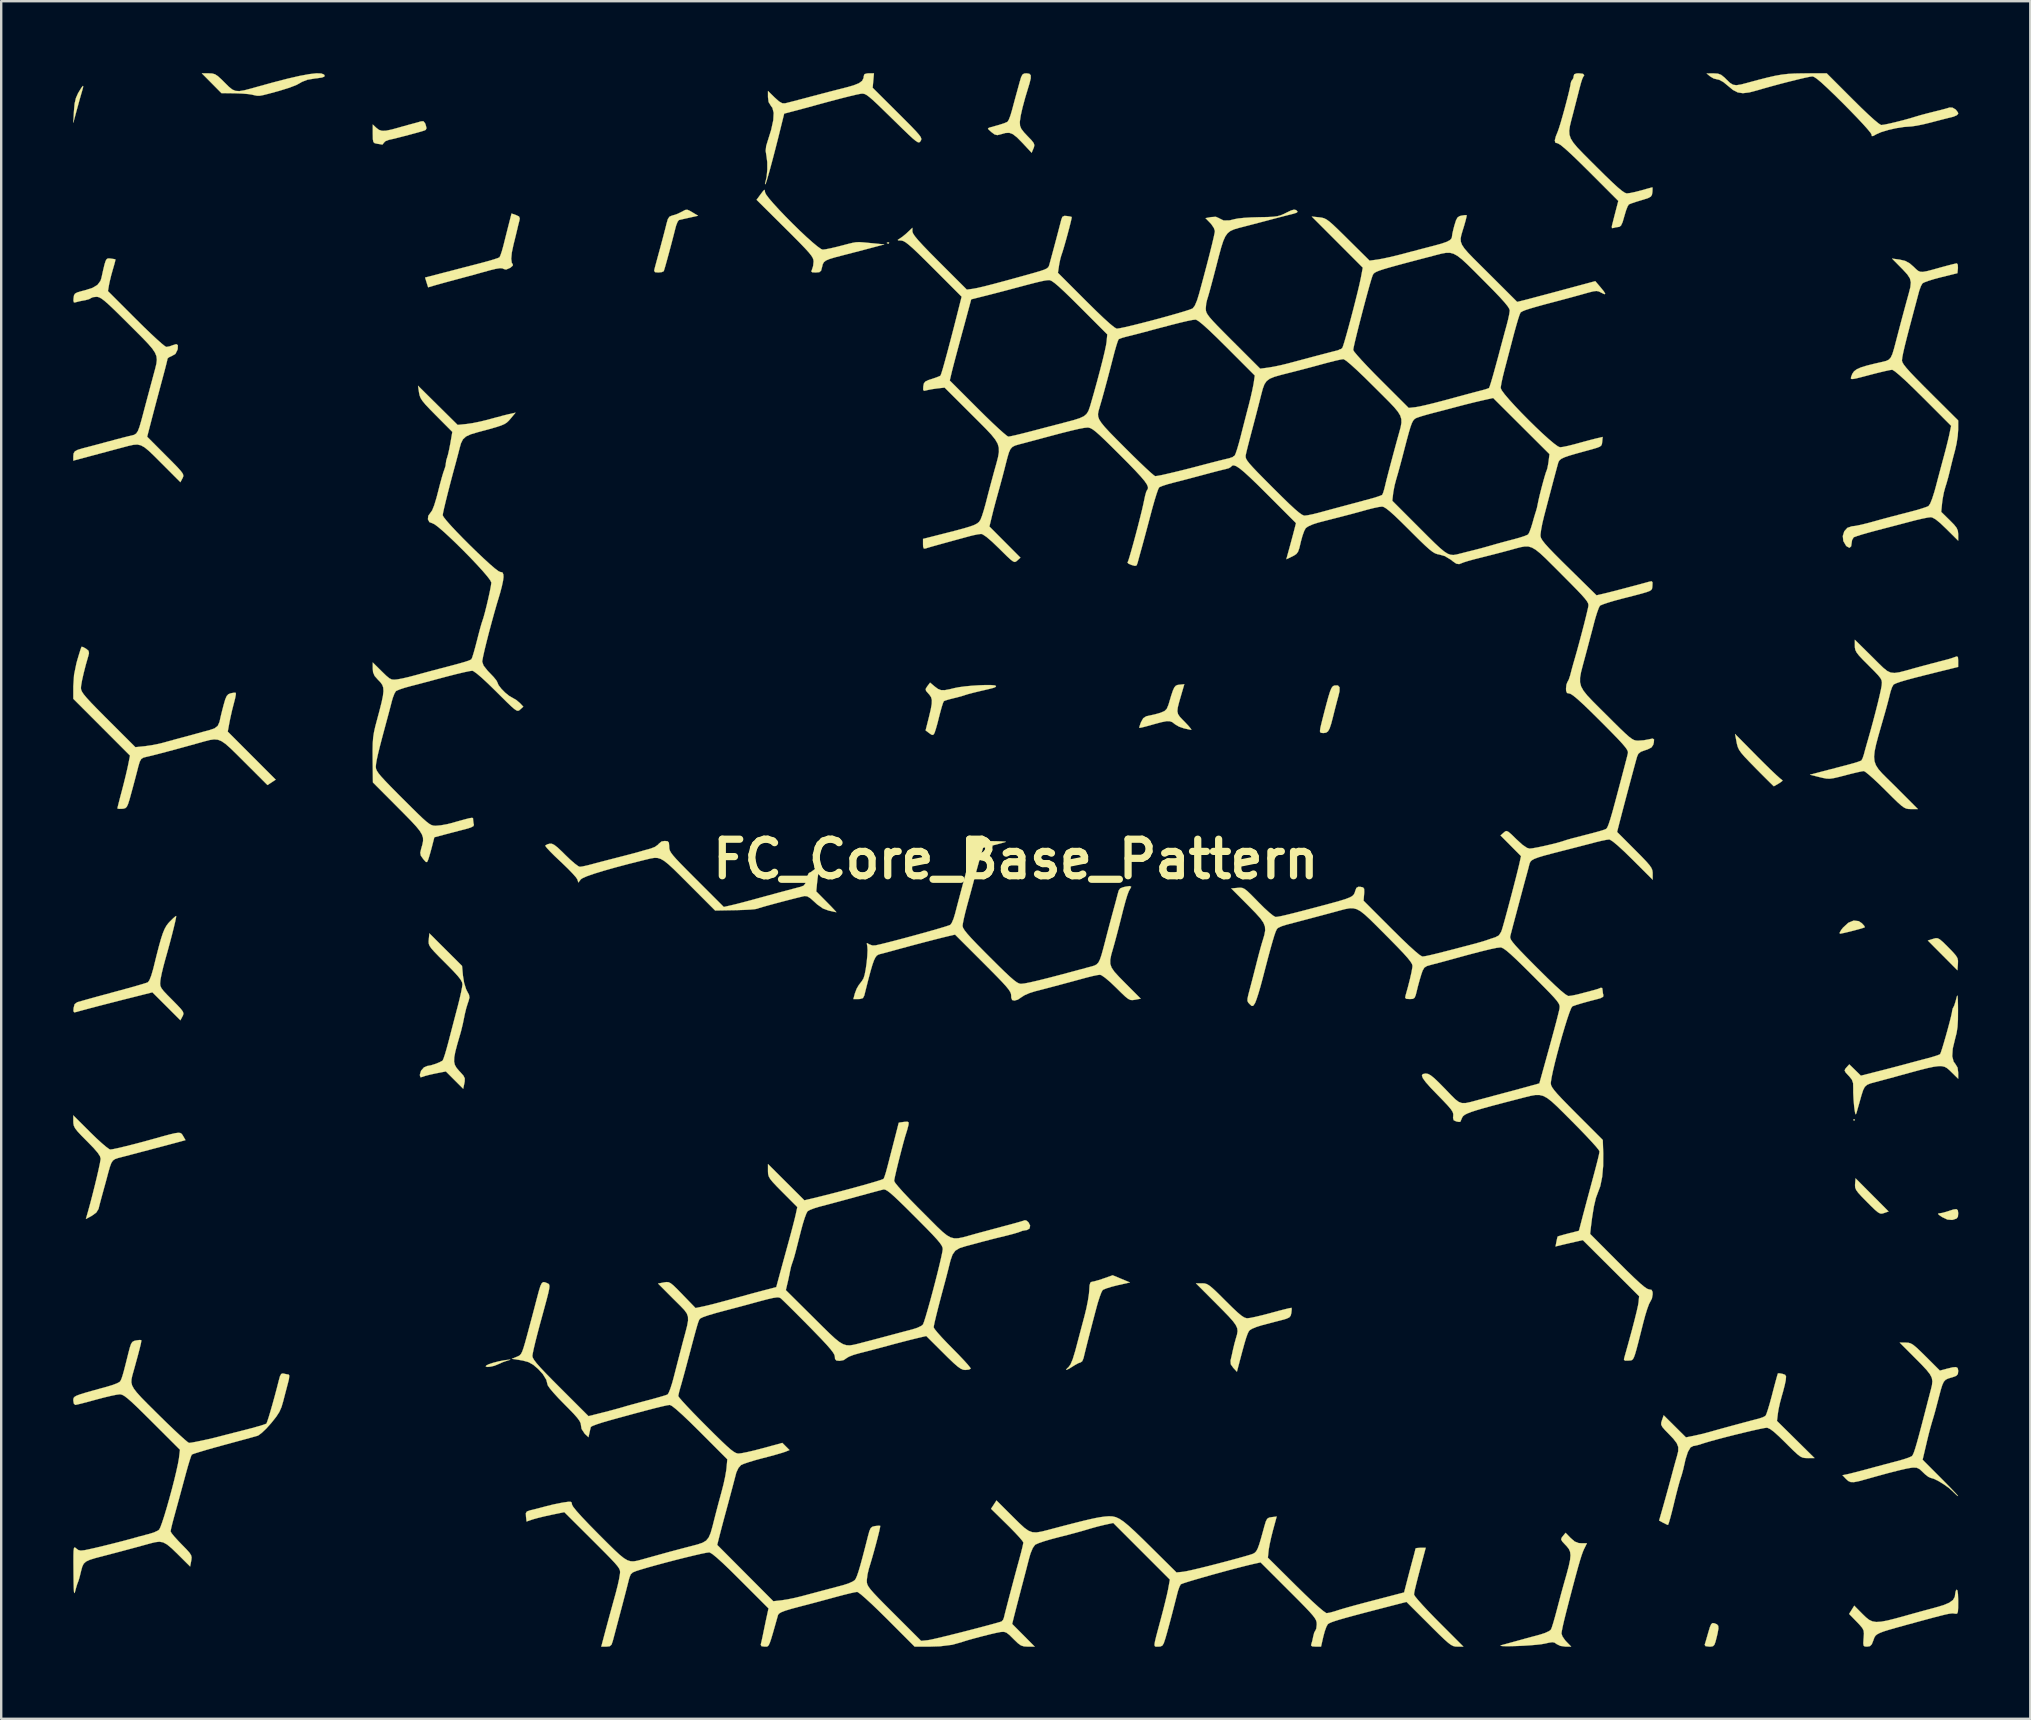
<source format=kicad_pcb>
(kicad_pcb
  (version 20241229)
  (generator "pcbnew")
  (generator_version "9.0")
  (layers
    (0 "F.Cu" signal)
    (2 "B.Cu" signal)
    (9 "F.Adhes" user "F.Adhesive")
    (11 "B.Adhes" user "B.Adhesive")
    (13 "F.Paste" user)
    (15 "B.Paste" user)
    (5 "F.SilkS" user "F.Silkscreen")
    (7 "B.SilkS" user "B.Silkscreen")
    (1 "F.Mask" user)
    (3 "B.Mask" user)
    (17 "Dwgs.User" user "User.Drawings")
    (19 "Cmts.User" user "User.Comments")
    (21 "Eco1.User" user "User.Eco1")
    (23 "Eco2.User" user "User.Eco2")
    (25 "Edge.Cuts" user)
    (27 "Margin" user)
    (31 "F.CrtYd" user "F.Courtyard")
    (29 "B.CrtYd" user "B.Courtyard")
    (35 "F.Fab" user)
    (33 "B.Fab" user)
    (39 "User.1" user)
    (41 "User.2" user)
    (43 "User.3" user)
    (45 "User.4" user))
  (footprint "FC_Core_Base_Pattern"
    (layer "F.Cu")
    (at 39.277 32.754)
    (property "Reference" "FC_Core_Base_Pattern" (at 0 0 0) (layer "F.SilkS") (effects (font (size 1.524 1.524) (thickness 0.3))))
    (attr through_hole)
    (fp_poly (pts (xy 34.965 10.863) (xy 34.933 10.895) (xy 34.901 10.863) (xy 34.933 10.831) (xy 34.965 10.863)) (stroke (width 0.01) (type solid)) (fill yes) (layer "F.SilkS"))
    (fp_poly (pts (xy -5.278 -25.696) (xy -5.287 -25.658) (xy -5.321 -25.653) (xy -5.373 -25.677) (xy -5.363 -25.696) (xy -5.288 -25.703) (xy -5.278 -25.696)) (stroke (width 0.01) (type solid)) (fill yes) (layer "F.SilkS"))
    (fp_poly (pts (xy -38.859 -32.194) (xy -38.895 -32.051) (xy -38.9 -32.035) (xy -38.945 -31.881) (xy -39.012 -31.646) (xy -39.087 -31.371) (xy -39.118 -31.259) (xy -39.272 -30.689) (xy -39.245 -31.182) (xy -39.217 -31.489) (xy -39.164 -31.718) (xy -39.075 -31.918) (xy -39.052 -31.958) (xy -38.935 -32.148) (xy -38.872 -32.226) (xy -38.859 -32.194)) (stroke (width 0.01) (type solid)) (fill yes) (layer "F.SilkS"))
    (fp_poly (pts (xy 36.371 14.678) (xy 36.183 14.744) (xy 36.098 14.768) (xy 36.021 14.763) (xy 35.932 14.716) (xy 35.809 14.615) (xy 35.632 14.444) (xy 35.475 14.287) (xy 35.252 14.06) (xy 35.104 13.898) (xy 35.019 13.779) (xy 34.98 13.681) (xy 34.973 13.582) (xy 34.976 13.532) (xy 34.996 13.298) (xy 36.371 14.678)) (stroke (width 0.01) (type solid)) (fill yes) (layer "F.SilkS"))
    (fp_poly (pts (xy 38.414 3.293) (xy 38.505 3.34) (xy 38.628 3.444) (xy 38.809 3.622) (xy 38.861 3.674) (xy 39.057 3.876) (xy 39.179 4.018) (xy 39.243 4.127) (xy 39.264 4.233) (xy 39.26 4.362) (xy 39.24 4.628) (xy 38.623 4.008) (xy 38.006 3.388) (xy 38.224 3.32) (xy 38.328 3.291) (xy 38.414 3.293)) (stroke (width 0.01) (type solid)) (fill yes) (layer "F.SilkS"))
    (fp_poly (pts (xy -21.061 20.858) (xy -21.157 20.886) (xy -21.188 20.894) (xy -21.382 20.961) (xy -21.581 21.05) (xy -21.724 21.108) (xy -21.878 21.144) (xy -22.009 21.158) (xy -22.084 21.143) (xy -22.071 21.102) (xy -21.964 21.046) (xy -21.773 20.983) (xy -21.541 20.923) (xy -21.31 20.879) (xy -21.219 20.867) (xy -21.08 20.853) (xy -21.061 20.858)) (stroke (width 0.01) (type solid)) (fill yes) (layer "F.SilkS"))
    (fp_poly (pts (xy 35.126 2.58) (xy 35.257 2.667) (xy 35.352 2.77) (xy 35.383 2.832) (xy 35.382 2.834) (xy 35.31 2.863) (xy 35.152 2.91) (xy 34.943 2.967) (xy 34.72 3.024) (xy 34.52 3.071) (xy 34.379 3.099) (xy 34.343 3.103) (xy 34.332 3.061) (xy 34.394 2.952) (xy 34.47 2.854) (xy 34.694 2.648) (xy 34.917 2.556) (xy 35.126 2.58)) (stroke (width 0.01) (type solid)) (fill yes) (layer "F.SilkS"))
    (fp_poly (pts (xy 39.257 14.63) (xy 39.272 14.746) (xy 39.272 14.755) (xy 39.261 14.896) (xy 39.205 14.972) (xy 39.068 15.02) (xy 39.018 15.031) (xy 38.822 15.016) (xy 38.607 14.914) (xy 38.465 14.819) (xy 38.432 14.77) (xy 38.48 14.758) (xy 38.619 14.736) (xy 38.808 14.683) (xy 38.86 14.665) (xy 39.076 14.595) (xy 39.2 14.581) (xy 39.257 14.63)) (stroke (width 0.01) (type solid)) (fill yes) (layer "F.SilkS"))
    (fp_poly (pts (xy 29.105 31.837) (xy 29.216 31.88) (xy 29.273 31.945) (xy 29.281 32.06) (xy 29.246 32.255) (xy 29.216 32.383) (xy 29.159 32.607) (xy 29.112 32.735) (xy 29.053 32.794) (xy 28.963 32.81) (xy 28.897 32.811) (xy 28.743 32.792) (xy 28.707 32.735) (xy 28.708 32.732) (xy 28.739 32.634) (xy 28.792 32.453) (xy 28.856 32.228) (xy 28.857 32.226) (xy 28.924 32.001) (xy 28.978 31.878) (xy 29.034 31.83) (xy 29.105 31.837)) (stroke (width 0.01) (type solid)) (fill yes) (layer "F.SilkS"))
    (fp_poly (pts (xy 30.925 -4.256) (xy 31.21 -3.972) (xy 31.467 -3.72) (xy 31.683 -3.516) (xy 31.844 -3.371) (xy 31.935 -3.299) (xy 31.948 -3.294) (xy 31.947 -3.266) (xy 31.858 -3.196) (xy 31.812 -3.167) (xy 31.675 -3.086) (xy 31.596 -3.043) (xy 31.589 -3.04) (xy 31.542 -3.083) (xy 31.421 -3.201) (xy 31.241 -3.38) (xy 31.017 -3.604) (xy 30.838 -3.785) (xy 30.565 -4.064) (xy 30.367 -4.273) (xy 30.231 -4.431) (xy 30.143 -4.558) (xy 30.089 -4.672) (xy 30.055 -4.792) (xy 30.038 -4.874) (xy 29.974 -5.219) (xy 30.925 -4.256)) (stroke (width 0.01) (type solid)) (fill yes) (layer "F.SilkS"))
    (fp_poly (pts (xy 13.493 -7.164) (xy 13.491 -6.999) (xy 13.449 -6.82) (xy 13.389 -6.598) (xy 13.314 -6.31) (xy 13.238 -6.009) (xy 13.225 -5.954) (xy 13.146 -5.65) (xy 13.079 -5.449) (xy 13.012 -5.33) (xy 12.932 -5.273) (xy 12.827 -5.258) (xy 12.811 -5.257) (xy 12.705 -5.27) (xy 12.675 -5.333) (xy 12.692 -5.463) (xy 12.724 -5.604) (xy 12.781 -5.835) (xy 12.855 -6.124) (xy 12.938 -6.44) (xy 12.938 -6.44) (xy 13.027 -6.766) (xy 13.097 -6.989) (xy 13.155 -7.128) (xy 13.21 -7.204) (xy 13.271 -7.236) (xy 13.283 -7.239) (xy 13.426 -7.24) (xy 13.493 -7.164)) (stroke (width 0.01) (type solid)) (fill yes) (layer "F.SilkS"))
    (fp_poly (pts (xy -24.617 -30.674) (xy -24.588 -30.601) (xy -24.554 -30.463) (xy -24.587 -30.393) (xy -24.629 -30.371) (xy -24.743 -30.334) (xy -24.946 -30.276) (xy -25.205 -30.206) (xy -25.486 -30.132) (xy -25.755 -30.063) (xy -25.98 -30.008) (xy -26.118 -29.978) (xy -26.259 -29.926) (xy -26.33 -29.858) (xy -26.383 -29.785) (xy -26.404 -29.78) (xy -26.491 -29.796) (xy -26.619 -29.816) (xy -26.715 -29.838) (xy -26.767 -29.887) (xy -26.789 -29.996) (xy -26.793 -30.196) (xy -26.794 -30.229) (xy -26.794 -30.616) (xy -26.647 -30.478) (xy -26.536 -30.393) (xy -26.411 -30.353) (xy -26.246 -30.357) (xy -26.012 -30.405) (xy -25.763 -30.473) (xy -25.51 -30.545) (xy -25.279 -30.609) (xy -25.119 -30.652) (xy -25.115 -30.653) (xy -24.929 -30.703) (xy -24.789 -30.745) (xy -24.685 -30.753) (xy -24.617 -30.674)) (stroke (width 0.01) (type solid)) (fill yes) (layer "F.SilkS"))
    (fp_poly (pts (xy -13.569 -27.012) (xy -13.476 -26.957) (xy -13.238 -26.814) (xy -13.602 -26.733) (xy -13.81 -26.687) (xy -13.971 -26.65) (xy -14.034 -26.635) (xy -14.088 -26.568) (xy -14.148 -26.419) (xy -14.171 -26.341) (xy -14.268 -25.961) (xy -14.366 -25.585) (xy -14.46 -25.234) (xy -14.543 -24.93) (xy -14.61 -24.692) (xy -14.655 -24.543) (xy -14.67 -24.502) (xy -14.75 -24.465) (xy -14.896 -24.45) (xy -15.029 -24.462) (xy -15.067 -24.518) (xy -15.054 -24.592) (xy -15.024 -24.708) (xy -14.968 -24.916) (xy -14.895 -25.186) (xy -14.819 -25.463) (xy -14.733 -25.784) (xy -14.652 -26.091) (xy -14.586 -26.346) (xy -14.551 -26.49) (xy -14.497 -26.676) (xy -14.429 -26.775) (xy -14.319 -26.822) (xy -14.287 -26.83) (xy -14.091 -26.894) (xy -13.903 -26.986) (xy -13.779 -27.054) (xy -13.686 -27.064) (xy -13.569 -27.012)) (stroke (width 0.01) (type solid)) (fill yes) (layer "F.SilkS"))
    (fp_poly (pts (xy -28.94 -32.742) (xy -28.826 -32.697) (xy -28.801 -32.661) (xy -28.814 -32.61) (xy -28.913 -32.573) (xy -29.116 -32.543) (xy -29.189 -32.536) (xy -29.52 -32.481) (xy -29.751 -32.39) (xy -29.782 -32.369) (xy -29.971 -32.265) (xy -30.276 -32.147) (xy -30.699 -32.016) (xy -31.137 -31.897) (xy -31.358 -31.841) (xy -31.503 -31.814) (xy -31.615 -31.814) (xy -31.741 -31.839) (xy -31.829 -31.861) (xy -31.981 -31.884) (xy -32.216 -31.904) (xy -32.488 -31.915) (xy -32.559 -31.917) (xy -33.1 -31.924) (xy -33.508 -32.336) (xy -33.916 -32.748) (xy -33.631 -32.748) (xy -33.484 -32.741) (xy -33.366 -32.708) (xy -33.247 -32.63) (xy -33.093 -32.489) (xy -32.967 -32.363) (xy -32.793 -32.191) (xy -32.652 -32.077) (xy -32.515 -32.017) (xy -32.354 -32.007) (xy -32.141 -32.042) (xy -31.848 -32.119) (xy -31.671 -32.169) (xy -30.948 -32.369) (xy -30.338 -32.527) (xy -29.838 -32.642) (xy -29.441 -32.715) (xy -29.144 -32.749) (xy -28.94 -32.742)) (stroke (width 0.01) (type solid)) (fill yes) (layer "F.SilkS"))
    (fp_poly (pts (xy 4.757 17.635) (xy 4.231 17.755) (xy 3.98 17.819) (xy 3.772 17.885) (xy 3.642 17.94) (xy 3.622 17.954) (xy 3.57 18.047) (xy 3.5 18.232) (xy 3.421 18.477) (xy 3.378 18.629) (xy 3.293 18.949) (xy 3.197 19.313) (xy 3.099 19.694) (xy 3.004 20.062) (xy 2.922 20.389) (xy 2.858 20.647) (xy 2.824 20.792) (xy 2.771 20.918) (xy 2.706 20.966) (xy 2.608 21) (xy 2.456 21.084) (xy 2.393 21.124) (xy 2.233 21.224) (xy 2.129 21.274) (xy 2.096 21.269) (xy 2.151 21.207) (xy 2.194 21.171) (xy 2.283 21.051) (xy 2.377 20.825) (xy 2.48 20.485) (xy 2.504 20.396) (xy 2.6 20.031) (xy 2.711 19.611) (xy 2.819 19.205) (xy 2.865 19.034) (xy 2.944 18.71) (xy 3.008 18.389) (xy 3.05 18.114) (xy 3.062 17.973) (xy 3.076 17.756) (xy 3.109 17.643) (xy 3.167 17.61) (xy 3.167 17.61) (xy 3.274 17.59) (xy 3.457 17.538) (xy 3.651 17.474) (xy 4.039 17.337) (xy 4.757 17.635)) (stroke (width 0.01) (type solid)) (fill yes) (layer "F.SilkS"))
    (fp_poly (pts (xy 6.898 -6.86) (xy 6.807 -6.545) (xy 6.751 -6.323) (xy 6.735 -6.167) (xy 6.762 -6.048) (xy 6.835 -5.937) (xy 6.958 -5.806) (xy 7.036 -5.728) (xy 7.188 -5.567) (xy 7.288 -5.448) (xy 7.319 -5.392) (xy 7.314 -5.39) (xy 7.217 -5.408) (xy 7.053 -5.444) (xy 7.001 -5.456) (xy 6.803 -5.525) (xy 6.638 -5.622) (xy 6.617 -5.639) (xy 6.522 -5.713) (xy 6.416 -5.751) (xy 6.274 -5.75) (xy 6.069 -5.71) (xy 5.775 -5.631) (xy 5.699 -5.609) (xy 5.459 -5.542) (xy 5.271 -5.494) (xy 5.162 -5.472) (xy 5.148 -5.473) (xy 5.158 -5.537) (xy 5.205 -5.673) (xy 5.223 -5.717) (xy 5.312 -5.876) (xy 5.436 -5.955) (xy 5.562 -5.984) (xy 5.795 -6.035) (xy 6.033 -6.103) (xy 6.049 -6.109) (xy 6.202 -6.176) (xy 6.295 -6.27) (xy 6.363 -6.436) (xy 6.383 -6.501) (xy 6.476 -6.814) (xy 6.547 -7.026) (xy 6.607 -7.157) (xy 6.669 -7.229) (xy 6.743 -7.261) (xy 6.824 -7.272) (xy 7.024 -7.292) (xy 6.898 -6.86)) (stroke (width 0.01) (type solid)) (fill yes) (layer "F.SilkS"))
    (fp_poly (pts (xy 0.566 -32.731) (xy 0.624 -32.668) (xy 0.624 -32.538) (xy 0.571 -32.321) (xy 0.535 -32.203) (xy 0.393 -31.734) (xy 0.282 -31.323) (xy 0.206 -30.987) (xy 0.171 -30.746) (xy 0.169 -30.704) (xy 0.179 -30.563) (xy 0.23 -30.437) (xy 0.341 -30.292) (xy 0.489 -30.134) (xy 0.656 -29.96) (xy 0.746 -29.844) (xy 0.775 -29.757) (xy 0.757 -29.667) (xy 0.738 -29.62) (xy 0.662 -29.438) (xy 0.27 -29.858) (xy 0.051 -30.08) (xy -0.119 -30.213) (xy -0.272 -30.27) (xy -0.436 -30.262) (xy -0.623 -30.208) (xy -0.769 -30.173) (xy -0.883 -30.202) (xy -1.013 -30.299) (xy -1.131 -30.403) (xy -1.159 -30.455) (xy -1.104 -30.485) (xy -1.061 -30.497) (xy -0.718 -30.593) (xy -0.488 -30.666) (xy -0.359 -30.721) (xy -0.341 -30.733) (xy -0.288 -30.819) (xy -0.223 -30.989) (xy -0.165 -31.181) (xy -0.098 -31.431) (xy -0.035 -31.666) (xy 0.001 -31.798) (xy 0.053 -31.986) (xy 0.12 -32.23) (xy 0.162 -32.383) (xy 0.223 -32.587) (xy 0.279 -32.696) (xy 0.351 -32.74) (xy 0.448 -32.748) (xy 0.566 -32.731)) (stroke (width 0.01) (type solid)) (fill yes) (layer "F.SilkS"))
    (fp_poly (pts (xy -20.826 -26.843) (xy -20.698 -26.782) (xy -20.668 -26.697) (xy -20.684 -26.611) (xy -20.731 -26.43) (xy -20.779 -26.225) (xy -20.78 -26.223) (xy -20.824 -26.037) (xy -20.884 -25.793) (xy -20.927 -25.622) (xy -20.999 -25.283) (xy -21.024 -25.021) (xy -21.001 -24.85) (xy -20.961 -24.795) (xy -20.958 -24.737) (xy -21.057 -24.65) (xy -21.072 -24.641) (xy -21.237 -24.571) (xy -21.33 -24.592) (xy -21.397 -24.624) (xy -21.503 -24.628) (xy -21.669 -24.601) (xy -21.916 -24.541) (xy -22.201 -24.462) (xy -22.466 -24.388) (xy -22.798 -24.297) (xy -23.141 -24.205) (xy -23.278 -24.168) (xy -23.582 -24.087) (xy -23.873 -24.007) (xy -24.11 -23.941) (xy -24.199 -23.916) (xy -24.487 -23.831) (xy -24.551 -24.035) (xy -24.614 -24.238) (xy -23.819 -24.445) (xy -23.425 -24.547) (xy -22.985 -24.662) (xy -22.561 -24.771) (xy -22.296 -24.84) (xy -22.007 -24.918) (xy -21.762 -24.99) (xy -21.588 -25.048) (xy -21.513 -25.082) (xy -21.472 -25.167) (xy -21.414 -25.339) (xy -21.351 -25.565) (xy -21.342 -25.601) (xy -21.265 -25.909) (xy -21.181 -26.242) (xy -21.119 -26.486) (xy -21.011 -26.907) (xy -20.826 -26.843)) (stroke (width 0.01) (type solid)) (fill yes) (layer "F.SilkS"))
    (fp_poly (pts (xy -3.375 -7.195) (xy -3.242 -7.096) (xy -3.116 -7.047) (xy -2.961 -7.044) (xy -2.743 -7.085) (xy -2.563 -7.13) (xy -2.369 -7.168) (xy -2.116 -7.202) (xy -1.828 -7.229) (xy -1.534 -7.248) (xy -1.26 -7.258) (xy -1.032 -7.257) (xy -0.878 -7.244) (xy -0.823 -7.219) (xy -0.829 -7.192) (xy -0.861 -7.167) (xy -0.939 -7.138) (xy -1.085 -7.1) (xy -1.321 -7.044) (xy -1.52 -6.998) (xy -1.767 -6.938) (xy -1.979 -6.882) (xy -2.113 -6.841) (xy -2.122 -6.837) (xy -2.254 -6.795) (xy -2.456 -6.741) (xy -2.597 -6.707) (xy -2.797 -6.656) (xy -2.946 -6.609) (xy -2.996 -6.585) (xy -3.032 -6.509) (xy -3.087 -6.338) (xy -3.152 -6.102) (xy -3.192 -5.945) (xy -3.26 -5.675) (xy -3.325 -5.444) (xy -3.376 -5.286) (xy -3.395 -5.242) (xy -3.446 -5.177) (xy -3.514 -5.19) (xy -3.605 -5.253) (xy -3.757 -5.368) (xy -3.62 -5.912) (xy -3.542 -6.239) (xy -3.501 -6.471) (xy -3.496 -6.634) (xy -3.529 -6.755) (xy -3.6 -6.859) (xy -3.639 -6.901) (xy -3.738 -7.015) (xy -3.755 -7.093) (xy -3.697 -7.191) (xy -3.682 -7.211) (xy -3.57 -7.359) (xy -3.375 -7.195)) (stroke (width 0.01) (type solid)) (fill yes) (layer "F.SilkS"))
    (fp_poly (pts (xy -10.453 -27.851) (xy -10.451 -27.8) (xy -10.407 -27.703) (xy -10.283 -27.537) (xy -10.095 -27.318) (xy -9.858 -27.059) (xy -9.588 -26.776) (xy -9.299 -26.485) (xy -9.008 -26.2) (xy -8.728 -25.936) (xy -8.475 -25.71) (xy -8.265 -25.536) (xy -8.113 -25.428) (xy -8.044 -25.401) (xy -7.915 -25.417) (xy -7.701 -25.46) (xy -7.436 -25.522) (xy -7.284 -25.561) (xy -7.004 -25.635) (xy -6.808 -25.683) (xy -6.66 -25.709) (xy -6.52 -25.715) (xy -6.351 -25.704) (xy -6.115 -25.681) (xy -6.017 -25.672) (xy -5.479 -25.619) (xy -6.017 -25.476) (xy -6.333 -25.392) (xy -6.706 -25.295) (xy -7.072 -25.2) (xy -7.188 -25.17) (xy -7.523 -25.083) (xy -7.755 -25.013) (xy -7.905 -24.95) (xy -7.993 -24.881) (xy -8.042 -24.796) (xy -8.07 -24.682) (xy -8.072 -24.673) (xy -8.112 -24.524) (xy -8.186 -24.462) (xy -8.335 -24.45) (xy -8.478 -24.457) (xy -8.52 -24.493) (xy -8.49 -24.572) (xy -8.443 -24.722) (xy -8.424 -24.907) (xy -8.432 -24.979) (xy -8.46 -25.057) (xy -8.52 -25.154) (xy -8.621 -25.281) (xy -8.774 -25.45) (xy -8.988 -25.673) (xy -9.273 -25.961) (xy -9.612 -26.299) (xy -10.8 -27.478) (xy -10.626 -27.715) (xy -10.521 -27.853) (xy -10.469 -27.895) (xy -10.453 -27.851)) (stroke (width 0.01) (type solid)) (fill yes) (layer "F.SilkS"))
    (fp_poly (pts (xy 7.861 17.677) (xy 7.953 17.701) (xy 8.053 17.757) (xy 8.181 17.858) (xy 8.353 18.016) (xy 8.586 18.246) (xy 8.741 18.401) (xy 9.027 18.683) (xy 9.242 18.885) (xy 9.401 19.018) (xy 9.52 19.095) (xy 9.613 19.126) (xy 9.651 19.129) (xy 9.78 19.113) (xy 10.001 19.067) (xy 10.285 18.999) (xy 10.603 18.916) (xy 10.655 18.901) (xy 10.957 18.819) (xy 11.212 18.754) (xy 11.396 18.71) (xy 11.488 18.695) (xy 11.494 18.696) (xy 11.499 18.767) (xy 11.484 18.908) (xy 11.483 18.913) (xy 11.456 19.022) (xy 11.396 19.094) (xy 11.273 19.15) (xy 11.063 19.209) (xy 10.776 19.283) (xy 10.454 19.367) (xy 10.261 19.418) (xy 10.034 19.489) (xy 9.846 19.566) (xy 9.748 19.628) (xy 9.704 19.686) (xy 9.658 19.784) (xy 9.603 19.937) (xy 9.535 20.161) (xy 9.449 20.472) (xy 9.339 20.885) (xy 9.296 21.051) (xy 9.216 21.357) (xy 9.066 21.197) (xy 8.961 21.048) (xy 8.95 20.897) (xy 8.958 20.858) (xy 9.001 20.676) (xy 9.048 20.459) (xy 9.055 20.428) (xy 9.11 20.197) (xy 9.172 19.972) (xy 9.178 19.953) (xy 9.223 19.797) (xy 9.243 19.665) (xy 9.228 19.542) (xy 9.168 19.41) (xy 9.053 19.251) (xy 8.875 19.051) (xy 8.623 18.791) (xy 8.378 18.544) (xy 7.508 17.672) (xy 7.761 17.672) (xy 7.861 17.677)) (stroke (width 0.01) (type solid)) (fill yes) (layer "F.SilkS"))
    (fp_poly (pts (xy 39.242 30.473) (xy 39.263 30.628) (xy 39.272 30.892) (xy 39.272 30.93) (xy 39.27 31.189) (xy 39.261 31.345) (xy 39.237 31.422) (xy 39.192 31.444) (xy 39.129 31.436) (xy 39.065 31.428) (xy 38.989 31.429) (xy 38.884 31.443) (xy 38.733 31.475) (xy 38.518 31.528) (xy 38.222 31.605) (xy 37.83 31.711) (xy 37.625 31.766) (xy 37.112 31.906) (xy 36.707 32.018) (xy 36.397 32.107) (xy 36.167 32.179) (xy 36.006 32.241) (xy 35.897 32.298) (xy 35.829 32.354) (xy 35.787 32.417) (xy 35.757 32.491) (xy 35.739 32.545) (xy 35.671 32.714) (xy 35.594 32.792) (xy 35.477 32.811) (xy 35.477 32.811) (xy 35.378 32.805) (xy 35.33 32.768) (xy 35.318 32.668) (xy 35.33 32.474) (xy 35.332 32.457) (xy 35.344 32.271) (xy 35.33 32.142) (xy 35.273 32.03) (xy 35.157 31.894) (xy 35.044 31.776) (xy 34.726 31.449) (xy 34.834 31.277) (xy 34.941 31.105) (xy 35.283 31.451) (xy 35.429 31.592) (xy 35.56 31.695) (xy 35.696 31.759) (xy 35.856 31.785) (xy 36.058 31.773) (xy 36.322 31.724) (xy 36.665 31.638) (xy 37.108 31.516) (xy 37.213 31.486) (xy 37.478 31.412) (xy 37.81 31.321) (xy 38.153 31.229) (xy 38.29 31.192) (xy 38.65 31.086) (xy 38.899 30.982) (xy 39.054 30.869) (xy 39.13 30.738) (xy 39.145 30.622) (xy 39.17 30.491) (xy 39.208 30.436) (xy 39.242 30.473)) (stroke (width 0.01) (type solid)) (fill yes) (layer "F.SilkS"))
    (fp_poly (pts (xy -38.558 11.387) (xy -38.308 11.63) (xy -38.081 11.837) (xy -37.896 11.993) (xy -37.771 12.083) (xy -37.732 12.098) (xy -37.617 12.082) (xy -37.402 12.036) (xy -37.108 11.966) (xy -36.756 11.878) (xy -36.368 11.776) (xy -35.966 11.665) (xy -35.915 11.651) (xy -35.523 11.541) (xy -35.235 11.464) (xy -35.032 11.417) (xy -34.897 11.399) (xy -34.811 11.408) (xy -34.757 11.443) (xy -34.715 11.501) (xy -34.697 11.533) (xy -34.597 11.706) (xy -34.86 11.778) (xy -35.03 11.824) (xy -35.298 11.895) (xy -35.638 11.986) (xy -36.025 12.088) (xy -36.434 12.196) (xy -36.84 12.303) (xy -37.213 12.401) (xy -37.4 12.449) (xy -37.531 12.494) (xy -37.623 12.558) (xy -37.69 12.662) (xy -37.751 12.829) (xy -37.822 13.081) (xy -37.88 13.302) (xy -37.928 13.478) (xy -37.995 13.721) (xy -38.063 13.967) (xy -38.129 14.211) (xy -38.186 14.427) (xy -38.22 14.568) (xy -38.22 14.569) (xy -38.313 14.722) (xy -38.502 14.86) (xy -38.748 14.992) (xy -38.657 14.67) (xy -38.566 14.34) (xy -38.472 13.978) (xy -38.379 13.608) (xy -38.293 13.253) (xy -38.22 12.937) (xy -38.166 12.684) (xy -38.137 12.518) (xy -38.133 12.477) (xy -38.161 12.375) (xy -38.254 12.233) (xy -38.422 12.038) (xy -38.676 11.776) (xy -38.702 11.75) (xy -38.939 11.511) (xy -39.1 11.338) (xy -39.198 11.21) (xy -39.25 11.106) (xy -39.269 11.004) (xy -39.272 10.929) (xy -39.272 10.675) (xy -38.558 11.387)) (stroke (width 0.01) (type solid)) (fill yes) (layer "F.SilkS"))
    (fp_poly (pts (xy -34.992 2.433) (xy -35.027 2.601) (xy -35.086 2.85) (xy -35.163 3.157) (xy -35.254 3.503) (xy -35.353 3.866) (xy -35.442 4.181) (xy -35.521 4.475) (xy -35.589 4.758) (xy -35.634 4.984) (xy -35.645 5.059) (xy -35.655 5.18) (xy -35.645 5.277) (xy -35.6 5.374) (xy -35.507 5.495) (xy -35.351 5.661) (xy -35.155 5.858) (xy -34.934 6.083) (xy -34.79 6.238) (xy -34.71 6.345) (xy -34.683 6.422) (xy -34.695 6.49) (xy -34.722 6.547) (xy -34.809 6.712) (xy -35.392 6.129) (xy -35.976 5.546) (xy -36.784 5.75) (xy -37.277 5.874) (xy -37.748 5.995) (xy -38.18 6.106) (xy -38.555 6.204) (xy -38.855 6.284) (xy -39.062 6.341) (xy -39.138 6.364) (xy -39.234 6.382) (xy -39.267 6.331) (xy -39.26 6.202) (xy -39.218 6.041) (xy -39.112 5.961) (xy -39.082 5.951) (xy -38.916 5.904) (xy -38.709 5.845) (xy -38.67 5.834) (xy -38.525 5.794) (xy -38.284 5.727) (xy -37.973 5.643) (xy -37.618 5.546) (xy -37.34 5.471) (xy -36.983 5.373) (xy -36.665 5.284) (xy -36.407 5.208) (xy -36.231 5.153) (xy -36.164 5.128) (xy -36.1 5.04) (xy -36.025 4.852) (xy -35.947 4.587) (xy -35.929 4.517) (xy -35.805 4.014) (xy -35.703 3.619) (xy -35.617 3.314) (xy -35.541 3.083) (xy -35.469 2.909) (xy -35.395 2.776) (xy -35.314 2.667) (xy -35.247 2.595) (xy -35.111 2.461) (xy -35.015 2.379) (xy -34.986 2.365) (xy -34.992 2.433)) (stroke (width 0.01) (type solid)) (fill yes) (layer "F.SilkS"))
    (fp_poly (pts (xy -23.754 3.768) (xy -23.074 4.446) (xy -23.035 4.86) (xy -22.986 5.157) (xy -22.906 5.412) (xy -22.864 5.498) (xy -22.783 5.65) (xy -22.765 5.766) (xy -22.803 5.913) (xy -22.828 5.981) (xy -22.897 6.201) (xy -22.961 6.464) (xy -22.985 6.588) (xy -23.042 6.864) (xy -23.115 7.164) (xy -23.149 7.284) (xy -23.27 7.7) (xy -23.353 8.016) (xy -23.398 8.253) (xy -23.405 8.431) (xy -23.373 8.571) (xy -23.302 8.695) (xy -23.194 8.822) (xy -23.146 8.872) (xy -23.015 9.019) (xy -22.96 9.133) (xy -22.963 9.264) (xy -22.976 9.332) (xy -23.025 9.566) (xy -23.386 9.205) (xy -23.747 8.843) (xy -24.178 8.927) (xy -24.412 8.978) (xy -24.608 9.029) (xy -24.719 9.068) (xy -24.802 9.089) (xy -24.829 9.013) (xy -24.83 8.975) (xy -24.781 8.813) (xy -24.662 8.676) (xy -24.517 8.614) (xy -24.508 8.614) (xy -24.375 8.59) (xy -24.192 8.533) (xy -24.014 8.462) (xy -23.894 8.398) (xy -23.882 8.388) (xy -23.845 8.306) (xy -23.785 8.128) (xy -23.713 7.881) (xy -23.637 7.601) (xy -23.537 7.215) (xy -23.422 6.774) (xy -23.31 6.346) (xy -23.253 6.132) (xy -23.176 5.825) (xy -23.113 5.548) (xy -23.071 5.332) (xy -23.056 5.212) (xy -23.074 5.125) (xy -23.134 5.015) (xy -23.248 4.868) (xy -23.429 4.669) (xy -23.688 4.404) (xy -23.771 4.321) (xy -24.038 4.054) (xy -24.228 3.857) (xy -24.353 3.715) (xy -24.427 3.609) (xy -24.46 3.521) (xy -24.466 3.433) (xy -24.46 3.349) (xy -24.435 3.089) (xy -23.754 3.768)) (stroke (width 0.01) (type solid)) (fill yes) (layer "F.SilkS"))
    (fp_poly (pts (xy 23.123 28.286) (xy 23.293 28.433) (xy 23.455 28.496) (xy 23.568 28.504) (xy 23.801 28.504) (xy 23.681 28.746) (xy 23.635 28.852) (xy 23.58 29.005) (xy 23.514 29.215) (xy 23.433 29.495) (xy 23.334 29.856) (xy 23.213 30.308) (xy 23.068 30.862) (xy 22.926 31.414) (xy 22.852 31.711) (xy 22.792 31.972) (xy 22.753 32.168) (xy 22.74 32.266) (xy 22.782 32.387) (xy 22.888 32.542) (xy 22.942 32.602) (xy 23.145 32.811) (xy 22.9 32.811) (xy 22.693 32.781) (xy 22.539 32.706) (xy 22.536 32.703) (xy 22.456 32.646) (xy 22.363 32.627) (xy 22.218 32.647) (xy 22.056 32.684) (xy 21.905 32.711) (xy 21.691 32.735) (xy 21.435 32.756) (xy 21.159 32.774) (xy 20.882 32.786) (xy 20.627 32.793) (xy 20.414 32.794) (xy 20.263 32.788) (xy 20.196 32.775) (xy 20.234 32.752) (xy 20.238 32.751) (xy 20.389 32.71) (xy 20.618 32.647) (xy 20.88 32.575) (xy 20.934 32.56) (xy 21.24 32.475) (xy 21.562 32.388) (xy 21.833 32.315) (xy 21.842 32.313) (xy 22.061 32.241) (xy 22.229 32.162) (xy 22.303 32.099) (xy 22.342 31.998) (xy 22.404 31.802) (xy 22.478 31.542) (xy 22.549 31.277) (xy 22.635 30.951) (xy 22.72 30.631) (xy 22.794 30.36) (xy 22.835 30.214) (xy 22.959 29.778) (xy 23.047 29.444) (xy 23.1 29.193) (xy 23.117 29.006) (xy 23.101 28.865) (xy 23.052 28.75) (xy 22.971 28.643) (xy 22.902 28.57) (xy 22.775 28.433) (xy 22.727 28.348) (xy 22.746 28.276) (xy 22.798 28.207) (xy 22.912 28.068) (xy 23.123 28.286)) (stroke (width 0.01) (type solid)) (fill yes) (layer "F.SilkS"))
    (fp_poly (pts (xy 39.249 5.716) (xy 39.257 5.848) (xy 39.262 6.087) (xy 39.264 6.302) (xy 39.261 6.691) (xy 39.243 6.992) (xy 39.205 7.241) (xy 39.145 7.474) (xy 39.045 7.889) (xy 39.023 8.211) (xy 39.082 8.438) (xy 39.145 8.519) (xy 39.246 8.684) (xy 39.272 8.891) (xy 39.272 9.148) (xy 39 8.881) (xy 38.897 8.781) (xy 38.805 8.704) (xy 38.709 8.651) (xy 38.594 8.624) (xy 38.446 8.623) (xy 38.25 8.649) (xy 37.991 8.704) (xy 37.654 8.789) (xy 37.225 8.905) (xy 36.688 9.053) (xy 36.675 9.057) (xy 36.38 9.137) (xy 36.049 9.226) (xy 35.829 9.284) (xy 35.619 9.341) (xy 35.478 9.399) (xy 35.382 9.484) (xy 35.311 9.621) (xy 35.241 9.837) (xy 35.184 10.04) (xy 35.119 10.271) (xy 35.061 10.474) (xy 35.032 10.578) (xy 35.005 10.633) (xy 34.98 10.589) (xy 34.954 10.436) (xy 34.936 10.293) (xy 34.912 10.011) (xy 34.898 9.728) (xy 34.898 9.54) (xy 34.893 9.333) (xy 34.843 9.188) (xy 34.727 9.042) (xy 34.704 9.019) (xy 34.582 8.887) (xy 34.54 8.806) (xy 34.566 8.737) (xy 34.617 8.677) (xy 34.734 8.548) (xy 34.976 8.784) (xy 35.217 9.02) (xy 35.899 8.847) (xy 36.24 8.76) (xy 36.597 8.667) (xy 36.915 8.583) (xy 37.055 8.546) (xy 37.375 8.459) (xy 37.732 8.364) (xy 38.003 8.293) (xy 38.234 8.228) (xy 38.414 8.17) (xy 38.512 8.128) (xy 38.518 8.123) (xy 38.551 8.046) (xy 38.608 7.873) (xy 38.68 7.633) (xy 38.761 7.353) (xy 38.842 7.061) (xy 38.916 6.784) (xy 38.975 6.55) (xy 39.011 6.386) (xy 39.018 6.329) (xy 39.046 6.212) (xy 39.066 6.181) (xy 39.108 6.096) (xy 39.16 5.933) (xy 39.185 5.838) (xy 39.215 5.723) (xy 39.236 5.679) (xy 39.249 5.716)) (stroke (width 0.01) (type solid)) (fill yes) (layer "F.SilkS"))
    (fp_poly (pts (xy -5.936 -32.447) (xy -5.963 -32.146) (xy -4.919 -31.107) (xy -4.587 -30.775) (xy -4.335 -30.521) (xy -4.154 -30.331) (xy -4.034 -30.194) (xy -3.964 -30.097) (xy -3.937 -30.028) (xy -3.94 -29.976) (xy -3.965 -29.928) (xy -3.965 -29.928) (xy -3.997 -29.887) (xy -4.035 -29.869) (xy -4.09 -29.883) (xy -4.174 -29.938) (xy -4.3 -30.042) (xy -4.477 -30.206) (xy -4.718 -30.438) (xy -5.034 -30.747) (xy -5.148 -30.858) (xy -5.491 -31.193) (xy -5.756 -31.45) (xy -5.957 -31.637) (xy -6.107 -31.766) (xy -6.217 -31.847) (xy -6.302 -31.889) (xy -6.373 -31.903) (xy -6.445 -31.899) (xy -6.461 -31.897) (xy -6.633 -31.863) (xy -6.913 -31.797) (xy -7.29 -31.702) (xy -7.749 -31.581) (xy -8.279 -31.437) (xy -8.456 -31.388) (xy -8.738 -31.31) (xy -9.056 -31.225) (xy -9.243 -31.176) (xy -9.65 -31.069) (xy -9.791 -30.499) (xy -9.908 -30.027) (xy -10.024 -29.572) (xy -10.134 -29.152) (xy -10.233 -28.783) (xy -10.318 -28.481) (xy -10.382 -28.262) (xy -10.423 -28.143) (xy -10.432 -28.126) (xy -10.449 -28.143) (xy -10.436 -28.193) (xy -10.381 -28.434) (xy -10.353 -28.739) (xy -10.355 -29.049) (xy -10.385 -29.284) (xy -10.421 -29.517) (xy -10.4 -29.719) (xy -10.35 -29.885) (xy -10.192 -30.392) (xy -10.104 -30.796) (xy -10.087 -31.102) (xy -10.141 -31.312) (xy -10.198 -31.386) (xy -10.299 -31.551) (xy -10.325 -31.757) (xy -10.325 -32.014) (xy -10.045 -31.739) (xy -9.864 -31.578) (xy -9.731 -31.502) (xy -9.618 -31.497) (xy -9.617 -31.497) (xy -9.504 -31.525) (xy -9.296 -31.578) (xy -9.018 -31.651) (xy -8.697 -31.735) (xy -8.583 -31.766) (xy -8.199 -31.867) (xy -7.795 -31.973) (xy -7.418 -32.07) (xy -7.113 -32.148) (xy -7.094 -32.152) (xy -6.761 -32.246) (xy -6.536 -32.336) (xy -6.402 -32.435) (xy -6.342 -32.553) (xy -6.334 -32.633) (xy -6.302 -32.715) (xy -6.186 -32.746) (xy -6.122 -32.748) (xy -5.909 -32.748) (xy -5.936 -32.447)) (stroke (width 0.01) (type solid)) (fill yes) (layer "F.SilkS"))
    (fp_poly (pts (xy 23.637 -32.728) (xy 23.689 -32.67) (xy 23.644 -32.596) (xy 23.606 -32.515) (xy 23.552 -32.347) (xy 23.493 -32.128) (xy 23.492 -32.126) (xy 23.428 -31.871) (xy 23.345 -31.548) (xy 23.258 -31.21) (xy 23.222 -31.069) (xy 23.145 -30.778) (xy 23.09 -30.547) (xy 23.063 -30.357) (xy 23.073 -30.191) (xy 23.126 -30.033) (xy 23.231 -29.863) (xy 23.394 -29.666) (xy 23.625 -29.424) (xy 23.929 -29.118) (xy 24.181 -28.867) (xy 24.556 -28.496) (xy 24.853 -28.21) (xy 25.082 -27.999) (xy 25.253 -27.857) (xy 25.374 -27.775) (xy 25.454 -27.744) (xy 25.464 -27.744) (xy 25.603 -27.761) (xy 25.818 -27.806) (xy 26.061 -27.869) (xy 26.065 -27.87) (xy 26.283 -27.932) (xy 26.448 -27.977) (xy 26.526 -27.997) (xy 26.528 -27.997) (xy 26.536 -27.942) (xy 26.53 -27.808) (xy 26.528 -27.793) (xy 26.51 -27.685) (xy 26.464 -27.612) (xy 26.362 -27.555) (xy 26.176 -27.493) (xy 26.065 -27.46) (xy 25.837 -27.391) (xy 25.653 -27.328) (xy 25.551 -27.286) (xy 25.548 -27.284) (xy 25.496 -27.202) (xy 25.43 -27.032) (xy 25.364 -26.81) (xy 25.359 -26.793) (xy 25.287 -26.545) (xy 25.221 -26.404) (xy 25.153 -26.352) (xy 25.138 -26.35) (xy 24.983 -26.327) (xy 24.921 -26.308) (xy 24.845 -26.297) (xy 24.838 -26.371) (xy 24.849 -26.419) (xy 24.884 -26.558) (xy 24.938 -26.772) (xy 24.997 -27.002) (xy 25.109 -27.432) (xy 23.909 -28.633) (xy 23.486 -29.051) (xy 23.146 -29.378) (xy 22.885 -29.615) (xy 22.701 -29.765) (xy 22.591 -29.83) (xy 22.572 -29.834) (xy 22.483 -29.861) (xy 22.462 -29.954) (xy 22.507 -30.128) (xy 22.581 -30.309) (xy 22.63 -30.446) (xy 22.7 -30.668) (xy 22.781 -30.949) (xy 22.868 -31.261) (xy 22.952 -31.577) (xy 23.027 -31.869) (xy 23.084 -32.109) (xy 23.117 -32.271) (xy 23.121 -32.316) (xy 23.153 -32.431) (xy 23.183 -32.463) (xy 23.236 -32.552) (xy 23.246 -32.625) (xy 23.273 -32.71) (xy 23.374 -32.744) (xy 23.468 -32.748) (xy 23.637 -32.728)) (stroke (width 0.01) (type solid)) (fill yes) (layer "F.SilkS"))
    (fp_poly (pts (xy 34.87 -31.671) (xy 35.223 -31.322) (xy 35.527 -31.032) (xy 35.773 -30.809) (xy 35.952 -30.662) (xy 36.056 -30.596) (xy 36.068 -30.594) (xy 36.193 -30.61) (xy 36.407 -30.654) (xy 36.678 -30.718) (xy 36.974 -30.793) (xy 37.262 -30.872) (xy 37.498 -30.944) (xy 37.702 -31.004) (xy 37.974 -31.077) (xy 38.259 -31.149) (xy 38.29 -31.157) (xy 38.541 -31.219) (xy 38.755 -31.276) (xy 38.892 -31.317) (xy 38.91 -31.324) (xy 39.038 -31.317) (xy 39.173 -31.236) (xy 39.261 -31.118) (xy 39.272 -31.064) (xy 39.216 -31.003) (xy 39.076 -30.942) (xy 39.003 -30.923) (xy 38.822 -30.879) (xy 38.562 -30.813) (xy 38.267 -30.736) (xy 38.115 -30.696) (xy 37.821 -30.624) (xy 37.545 -30.568) (xy 37.327 -30.536) (xy 37.248 -30.531) (xy 36.988 -30.511) (xy 36.677 -30.461) (xy 36.358 -30.388) (xy 36.077 -30.304) (xy 35.876 -30.218) (xy 35.869 -30.214) (xy 35.734 -30.14) (xy 35.675 -30.132) (xy 35.661 -30.188) (xy 35.661 -30.201) (xy 35.618 -30.274) (xy 35.496 -30.422) (xy 35.308 -30.633) (xy 35.065 -30.892) (xy 34.779 -31.188) (xy 34.505 -31.466) (xy 34.115 -31.852) (xy 33.803 -32.151) (xy 33.563 -32.372) (xy 33.386 -32.519) (xy 33.265 -32.599) (xy 33.199 -32.621) (xy 33.084 -32.605) (xy 32.87 -32.56) (xy 32.583 -32.492) (xy 32.244 -32.408) (xy 31.878 -32.314) (xy 31.509 -32.214) (xy 31.159 -32.116) (xy 30.92 -32.046) (xy 30.569 -31.953) (xy 30.299 -31.921) (xy 30.082 -31.954) (xy 29.884 -32.057) (xy 29.701 -32.209) (xy 29.488 -32.384) (xy 29.312 -32.48) (xy 29.242 -32.494) (xy 29.081 -32.534) (xy 28.938 -32.619) (xy 28.789 -32.743) (xy 29.077 -32.746) (xy 29.259 -32.735) (xy 29.396 -32.684) (xy 29.538 -32.569) (xy 29.612 -32.494) (xy 29.762 -32.351) (xy 29.888 -32.273) (xy 30.029 -32.253) (xy 30.223 -32.283) (xy 30.448 -32.342) (xy 30.932 -32.473) (xy 31.321 -32.572) (xy 31.641 -32.645) (xy 31.918 -32.694) (xy 32.179 -32.724) (xy 32.449 -32.74) (xy 32.756 -32.746) (xy 32.907 -32.747) (xy 33.794 -32.748) (xy 34.87 -31.671)) (stroke (width 0.01) (type solid)) (fill yes) (layer "F.SilkS"))
    (fp_poly (pts (xy 37.196 20.149) (xy 37.296 20.178) (xy 37.407 20.245) (xy 37.549 20.363) (xy 37.743 20.548) (xy 37.923 20.726) (xy 38.509 21.31) (xy 38.797 21.233) (xy 39.035 21.175) (xy 39.178 21.163) (xy 39.248 21.201) (xy 39.271 21.295) (xy 39.272 21.338) (xy 39.258 21.453) (xy 39.194 21.525) (xy 39.048 21.582) (xy 38.981 21.601) (xy 38.846 21.642) (xy 38.748 21.692) (xy 38.674 21.772) (xy 38.611 21.905) (xy 38.546 22.113) (xy 38.466 22.417) (xy 38.448 22.486) (xy 38.378 22.751) (xy 38.316 22.986) (xy 38.27 23.151) (xy 38.261 23.183) (xy 38.173 23.477) (xy 38.104 23.72) (xy 38.041 23.961) (xy 37.97 24.254) (xy 37.935 24.404) (xy 37.789 25.024) (xy 38.545 25.782) (xy 38.792 26.031) (xy 39 26.245) (xy 39.157 26.411) (xy 39.249 26.514) (xy 39.267 26.54) (xy 39.206 26.498) (xy 39.094 26.393) (xy 39.046 26.344) (xy 38.886 26.202) (xy 38.678 26.052) (xy 38.459 25.917) (xy 38.264 25.82) (xy 38.13 25.781) (xy 38.128 25.781) (xy 38.029 25.737) (xy 37.889 25.628) (xy 37.812 25.554) (xy 37.665 25.416) (xy 37.543 25.356) (xy 37.393 25.35) (xy 37.34 25.355) (xy 37.125 25.392) (xy 36.798 25.467) (xy 36.363 25.578) (xy 35.83 25.724) (xy 35.425 25.838) (xy 35.132 25.918) (xy 34.931 25.957) (xy 34.793 25.954) (xy 34.69 25.909) (xy 34.593 25.82) (xy 34.592 25.819) (xy 34.45 25.669) (xy 34.628 25.634) (xy 34.761 25.603) (xy 34.982 25.547) (xy 35.26 25.475) (xy 35.503 25.41) (xy 35.856 25.314) (xy 36.233 25.213) (xy 36.578 25.122) (xy 36.738 25.08) (xy 36.989 25.009) (xy 37.196 24.94) (xy 37.324 24.884) (xy 37.346 24.869) (xy 37.383 24.816) (xy 37.426 24.716) (xy 37.48 24.556) (xy 37.549 24.323) (xy 37.637 24.004) (xy 37.748 23.586) (xy 37.853 23.183) (xy 37.939 22.851) (xy 38.018 22.544) (xy 38.084 22.293) (xy 38.127 22.127) (xy 38.133 22.106) (xy 38.18 21.911) (xy 38.196 21.753) (xy 38.172 21.61) (xy 38.096 21.462) (xy 37.958 21.286) (xy 37.749 21.061) (xy 37.515 20.825) (xy 36.835 20.143) (xy 37.086 20.143) (xy 37.196 20.149)) (stroke (width 0.01) (type solid)) (fill yes) (layer "F.SilkS"))
    (fp_poly (pts (xy 31.953 21.446) (xy 32.061 21.485) (xy 32.099 21.555) (xy 32.087 21.7) (xy 32.082 21.732) (xy 32.04 21.927) (xy 31.975 22.179) (xy 31.919 22.374) (xy 31.846 22.645) (xy 31.785 22.925) (xy 31.759 23.09) (xy 31.72 23.408) (xy 33.286 24.955) (xy 33 24.956) (xy 32.883 24.952) (xy 32.785 24.933) (xy 32.684 24.883) (xy 32.562 24.788) (xy 32.397 24.635) (xy 32.17 24.411) (xy 32.083 24.323) (xy 31.8 24.047) (xy 31.588 23.856) (xy 31.433 23.742) (xy 31.323 23.693) (xy 31.292 23.69) (xy 31.178 23.706) (xy 30.966 23.749) (xy 30.679 23.813) (xy 30.341 23.893) (xy 29.976 23.982) (xy 29.608 24.075) (xy 29.261 24.166) (xy 28.958 24.249) (xy 28.724 24.318) (xy 28.63 24.348) (xy 28.437 24.409) (xy 28.279 24.445) (xy 28.236 24.449) (xy 28.117 24.512) (xy 28.008 24.698) (xy 27.91 25.001) (xy 27.87 25.178) (xy 27.813 25.427) (xy 27.749 25.662) (xy 27.71 25.78) (xy 27.665 25.923) (xy 27.6 26.159) (xy 27.522 26.459) (xy 27.44 26.792) (xy 27.421 26.873) (xy 27.344 27.184) (xy 27.275 27.446) (xy 27.22 27.637) (xy 27.184 27.733) (xy 27.178 27.741) (xy 27.102 27.712) (xy 26.975 27.648) (xy 26.809 27.558) (xy 26.995 26.906) (xy 27.094 26.553) (xy 27.201 26.165) (xy 27.298 25.808) (xy 27.331 25.685) (xy 27.406 25.403) (xy 27.478 25.142) (xy 27.534 24.944) (xy 27.549 24.894) (xy 27.605 24.671) (xy 27.607 24.495) (xy 27.543 24.332) (xy 27.402 24.148) (xy 27.236 23.974) (xy 27.052 23.785) (xy 26.944 23.659) (xy 26.897 23.566) (xy 26.897 23.481) (xy 26.927 23.38) (xy 27 23.171) (xy 27.464 23.632) (xy 27.927 24.092) (xy 28.263 24.025) (xy 28.522 23.967) (xy 28.817 23.893) (xy 28.979 23.848) (xy 29.215 23.781) (xy 29.534 23.693) (xy 29.897 23.594) (xy 30.268 23.494) (xy 30.607 23.403) (xy 30.879 23.332) (xy 30.966 23.31) (xy 31.13 23.255) (xy 31.24 23.196) (xy 31.244 23.191) (xy 31.283 23.109) (xy 31.344 22.928) (xy 31.42 22.673) (xy 31.503 22.369) (xy 31.524 22.287) (xy 31.604 21.979) (xy 31.674 21.719) (xy 31.727 21.529) (xy 31.757 21.432) (xy 31.761 21.425) (xy 31.831 21.423) (xy 31.953 21.446)) (stroke (width 0.01) (type solid)) (fill yes) (layer "F.SilkS"))
    (fp_poly (pts (xy -38.864 -8.84) (xy -38.745 -8.774) (xy -38.744 -8.774) (xy -38.639 -8.687) (xy -38.619 -8.587) (xy -38.647 -8.468) (xy -38.751 -8.106) (xy -38.84 -7.759) (xy -38.908 -7.456) (xy -38.948 -7.226) (xy -38.955 -7.131) (xy -38.945 -7.06) (xy -38.908 -6.976) (xy -38.835 -6.867) (xy -38.715 -6.723) (xy -38.538 -6.53) (xy -38.294 -6.278) (xy -37.973 -5.954) (xy -37.821 -5.802) (xy -36.686 -4.669) (xy -36.285 -4.71) (xy -35.997 -4.752) (xy -35.694 -4.812) (xy -35.535 -4.852) (xy -35.29 -4.92) (xy -34.99 -5.003) (xy -34.711 -5.077) (xy -34.453 -5.146) (xy -34.219 -5.21) (xy -34.056 -5.256) (xy -34.046 -5.258) (xy -33.851 -5.313) (xy -33.632 -5.37) (xy -33.617 -5.374) (xy -33.387 -5.452) (xy -33.252 -5.559) (xy -33.18 -5.723) (xy -33.167 -5.781) (xy -33.13 -5.948) (xy -33.072 -6.184) (xy -33.009 -6.427) (xy -32.941 -6.661) (xy -32.88 -6.801) (xy -32.81 -6.876) (xy -32.711 -6.915) (xy -32.573 -6.94) (xy -32.5 -6.932) (xy -32.5 -6.859) (xy -32.53 -6.701) (xy -32.58 -6.506) (xy -32.656 -6.211) (xy -32.729 -5.887) (xy -32.764 -5.715) (xy -32.837 -5.317) (xy -31.838 -4.316) (xy -30.838 -3.315) (xy -31.009 -3.202) (xy -31.181 -3.09) (xy -32.139 -4.047) (xy -32.469 -4.376) (xy -32.726 -4.626) (xy -32.929 -4.805) (xy -33.097 -4.92) (xy -33.25 -4.981) (xy -33.405 -4.994) (xy -33.582 -4.969) (xy -33.801 -4.913) (xy -34.014 -4.853) (xy -34.489 -4.721) (xy -34.946 -4.596) (xy -35.363 -4.484) (xy -35.723 -4.389) (xy -36.005 -4.317) (xy -36.189 -4.274) (xy -36.217 -4.268) (xy -36.354 -4.233) (xy -36.442 -4.175) (xy -36.504 -4.062) (xy -36.563 -3.867) (xy -36.586 -3.773) (xy -36.638 -3.573) (xy -36.711 -3.295) (xy -36.795 -2.981) (xy -36.848 -2.787) (xy -36.928 -2.495) (xy -36.989 -2.303) (xy -37.041 -2.19) (xy -37.097 -2.133) (xy -37.17 -2.109) (xy -37.232 -2.102) (xy -37.371 -2.098) (xy -37.434 -2.115) (xy -37.435 -2.117) (xy -37.42 -2.188) (xy -37.378 -2.356) (xy -37.317 -2.594) (xy -37.253 -2.833) (xy -37.168 -3.162) (xy -37.086 -3.494) (xy -37.019 -3.782) (xy -36.99 -3.917) (xy -36.909 -4.318) (xy -38.09 -5.501) (xy -39.272 -6.684) (xy -39.272 -7.205) (xy -39.241 -7.685) (xy -39.141 -8.172) (xy -39.112 -8.277) (xy -39.039 -8.523) (xy -38.978 -8.718) (xy -38.937 -8.834) (xy -38.928 -8.853) (xy -38.864 -8.84)) (stroke (width 0.01) (type solid)) (fill yes) (layer "F.SilkS"))
    (fp_poly (pts (xy 35.692 -8.428) (xy 35.955 -8.165) (xy 36.153 -7.974) (xy 36.312 -7.846) (xy 36.458 -7.778) (xy 36.618 -7.761) (xy 36.818 -7.789) (xy 37.083 -7.857) (xy 37.442 -7.958) (xy 37.53 -7.982) (xy 37.857 -8.071) (xy 38.184 -8.158) (xy 38.465 -8.232) (xy 38.607 -8.268) (xy 38.836 -8.328) (xy 39.033 -8.388) (xy 39.129 -8.423) (xy 39.222 -8.453) (xy 39.262 -8.414) (xy 39.271 -8.28) (xy 39.271 -8.249) (xy 39.27 -8.013) (xy 38.464 -7.814) (xy 37.909 -7.676) (xy 37.466 -7.563) (xy 37.126 -7.471) (xy 36.876 -7.398) (xy 36.706 -7.339) (xy 36.605 -7.293) (xy 36.571 -7.267) (xy 36.513 -7.161) (xy 36.452 -6.984) (xy 36.432 -6.904) (xy 36.381 -6.697) (xy 36.31 -6.427) (xy 36.234 -6.15) (xy 36.232 -6.144) (xy 36.073 -5.59) (xy 35.945 -5.142) (xy 35.85 -4.784) (xy 35.79 -4.5) (xy 35.767 -4.271) (xy 35.785 -4.081) (xy 35.844 -3.915) (xy 35.948 -3.753) (xy 36.098 -3.581) (xy 36.297 -3.381) (xy 36.547 -3.136) (xy 36.651 -3.033) (xy 37.592 -2.09) (xy 37.306 -2.09) (xy 37.201 -2.093) (xy 37.11 -2.11) (xy 37.017 -2.153) (xy 36.904 -2.234) (xy 36.755 -2.366) (xy 36.552 -2.562) (xy 36.28 -2.833) (xy 36.231 -2.882) (xy 35.969 -3.139) (xy 35.732 -3.361) (xy 35.536 -3.534) (xy 35.398 -3.643) (xy 35.338 -3.674) (xy 35.235 -3.658) (xy 35.042 -3.616) (xy 34.789 -3.555) (xy 34.608 -3.508) (xy 34.304 -3.429) (xy 34.089 -3.379) (xy 33.929 -3.356) (xy 33.791 -3.359) (xy 33.642 -3.386) (xy 33.447 -3.433) (xy 33.444 -3.434) (xy 33.096 -3.521) (xy 33.603 -3.655) (xy 33.924 -3.739) (xy 34.292 -3.835) (xy 34.63 -3.923) (xy 34.648 -3.928) (xy 34.896 -3.996) (xy 35.097 -4.058) (xy 35.219 -4.104) (xy 35.239 -4.116) (xy 35.289 -4.207) (xy 35.341 -4.362) (xy 35.345 -4.379) (xy 35.395 -4.564) (xy 35.462 -4.803) (xy 35.502 -4.941) (xy 35.606 -5.307) (xy 35.714 -5.702) (xy 35.819 -6.101) (xy 35.915 -6.478) (xy 35.995 -6.811) (xy 36.053 -7.073) (xy 36.084 -7.241) (xy 36.085 -7.253) (xy 36.093 -7.361) (xy 36.08 -7.452) (xy 36.032 -7.548) (xy 35.935 -7.669) (xy 35.776 -7.837) (xy 35.541 -8.072) (xy 35.539 -8.075) (xy 35.3 -8.314) (xy 35.138 -8.487) (xy 35.039 -8.615) (xy 34.987 -8.719) (xy 34.967 -8.82) (xy 34.965 -8.895) (xy 34.965 -9.146) (xy 35.692 -8.428)) (stroke (width 0.01) (type solid)) (fill yes) (layer "F.SilkS"))
    (fp_poly (pts (xy -14.507 -0.749) (xy -14.454 -0.69) (xy -14.442 -0.547) (xy -14.442 -0.522) (xy -14.437 -0.444) (xy -14.416 -0.367) (xy -14.369 -0.277) (xy -14.284 -0.163) (xy -14.153 -0.013) (xy -13.964 0.187) (xy -13.707 0.449) (xy -13.372 0.785) (xy -13.304 0.853) (xy -12.166 1.99) (xy -11.863 1.921) (xy -11.646 1.869) (xy -11.367 1.797) (xy -11.086 1.722) (xy -11.085 1.722) (xy -10.698 1.616) (xy -10.298 1.507) (xy -9.909 1.401) (xy -9.554 1.306) (xy -9.259 1.227) (xy -9.046 1.171) (xy -8.963 1.15) (xy -8.834 1.098) (xy -8.761 0.998) (xy -8.716 0.837) (xy -8.672 0.674) (xy -8.626 0.58) (xy -8.61 0.57) (xy -8.535 0.533) (xy -8.406 0.439) (xy -8.356 0.398) (xy -8.151 0.225) (xy -8.196 0.413) (xy -8.228 0.583) (xy -8.261 0.816) (xy -8.278 0.972) (xy -8.314 1.342) (xy -7.88 1.78) (xy -7.699 1.964) (xy -7.562 2.109) (xy -7.485 2.195) (xy -7.476 2.21) (xy -7.551 2.194) (xy -7.705 2.16) (xy -7.791 2.142) (xy -8.035 2.052) (xy -8.276 1.881) (xy -8.372 1.792) (xy -8.556 1.627) (xy -8.689 1.546) (xy -8.8 1.534) (xy -8.815 1.537) (xy -9.058 1.595) (xy -9.352 1.669) (xy -9.672 1.752) (xy -9.992 1.837) (xy -10.287 1.917) (xy -10.533 1.986) (xy -10.704 2.037) (xy -10.774 2.062) (xy -10.862 2.08) (xy -11.051 2.098) (xy -11.314 2.112) (xy -11.626 2.122) (xy -11.688 2.123) (xy -12.527 2.138) (xy -13.626 1.037) (xy -13.979 0.684) (xy -14.256 0.411) (xy -14.474 0.21) (xy -14.649 0.071) (xy -14.795 -0.014) (xy -14.928 -0.054) (xy -15.064 -0.056) (xy -15.219 -0.031) (xy -15.408 0.015) (xy -15.455 0.026) (xy -16.108 0.19) (xy -16.685 0.343) (xy -17.177 0.483) (xy -17.576 0.606) (xy -17.873 0.71) (xy -18.061 0.794) (xy -18.124 0.839) (xy -18.227 0.971) (xy -18.269 0.839) (xy -18.329 0.75) (xy -18.465 0.596) (xy -18.659 0.396) (xy -18.893 0.169) (xy -18.973 0.094) (xy -19.208 -0.128) (xy -19.401 -0.321) (xy -19.538 -0.469) (xy -19.603 -0.556) (xy -19.605 -0.569) (xy -19.525 -0.618) (xy -19.42 -0.648) (xy -19.334 -0.645) (xy -19.231 -0.597) (xy -19.092 -0.489) (xy -18.898 -0.307) (xy -18.771 -0.18) (xy -18.561 0.021) (xy -18.375 0.183) (xy -18.233 0.288) (xy -18.168 0.317) (xy -18.05 0.301) (xy -17.858 0.259) (xy -17.691 0.216) (xy -17.476 0.158) (xy -17.181 0.081) (xy -16.849 -0.005) (xy -16.596 -0.07) (xy -16.289 -0.149) (xy -16.01 -0.222) (xy -15.792 -0.28) (xy -15.677 -0.313) (xy -15.489 -0.368) (xy -15.266 -0.429) (xy -15.219 -0.441) (xy -15.035 -0.513) (xy -14.905 -0.607) (xy -14.884 -0.636) (xy -14.76 -0.739) (xy -14.63 -0.76) (xy -14.507 -0.749)) (stroke (width 0.01) (type solid)) (fill yes) (layer "F.SilkS"))
    (fp_poly (pts (xy -37.76 -25.034) (xy -37.72 -25.03) (xy -37.582 -25.01) (xy -37.516 -24.995) (xy -37.516 -24.995) (xy -37.526 -24.933) (xy -37.565 -24.783) (xy -37.622 -24.587) (xy -37.694 -24.331) (xy -37.755 -24.079) (xy -37.785 -23.933) (xy -37.829 -23.673) (xy -36.667 -22.51) (xy -36.349 -22.196) (xy -36.056 -21.914) (xy -35.801 -21.676) (xy -35.597 -21.494) (xy -35.456 -21.381) (xy -35.396 -21.346) (xy -35.257 -21.372) (xy -35.126 -21.42) (xy -34.981 -21.465) (xy -34.916 -21.42) (xy -34.921 -21.275) (xy -34.931 -21.229) (xy -35.016 -21.058) (xy -35.159 -20.974) (xy -35.289 -20.914) (xy -35.346 -20.86) (xy -35.346 -20.859) (xy -35.362 -20.779) (xy -35.404 -20.607) (xy -35.465 -20.37) (xy -35.509 -20.206) (xy -35.659 -19.646) (xy -35.785 -19.174) (xy -35.895 -18.759) (xy -35.998 -18.366) (xy -36.051 -18.162) (xy -36.195 -17.606) (xy -35.415 -16.824) (xy -35.134 -16.542) (xy -34.932 -16.334) (xy -34.798 -16.185) (xy -34.72 -16.081) (xy -34.689 -16.006) (xy -34.692 -15.945) (xy -34.718 -15.883) (xy -34.722 -15.876) (xy -34.809 -15.71) (xy -35.599 -16.501) (xy -35.895 -16.797) (xy -36.122 -17.014) (xy -36.301 -17.161) (xy -36.453 -17.246) (xy -36.601 -17.28) (xy -36.766 -17.269) (xy -36.968 -17.225) (xy -37.187 -17.167) (xy -37.438 -17.1) (xy -37.767 -17.012) (xy -38.13 -16.915) (xy -38.464 -16.825) (xy -39.272 -16.609) (xy -39.272 -16.789) (xy -39.26 -16.911) (xy -39.208 -16.995) (xy -39.089 -17.059) (xy -38.879 -17.123) (xy -38.801 -17.143) (xy -38.607 -17.193) (xy -38.332 -17.266) (xy -38.013 -17.352) (xy -37.752 -17.422) (xy -37.448 -17.504) (xy -37.175 -17.575) (xy -36.963 -17.628) (xy -36.851 -17.653) (xy -36.737 -17.684) (xy -36.652 -17.739) (xy -36.583 -17.841) (xy -36.516 -18.012) (xy -36.44 -18.274) (xy -36.396 -18.435) (xy -36.315 -18.743) (xy -36.233 -19.051) (xy -36.165 -19.307) (xy -36.144 -19.383) (xy -36.08 -19.624) (xy -35.999 -19.923) (xy -35.921 -20.216) (xy -35.919 -20.221) (xy -35.855 -20.459) (xy -35.809 -20.652) (xy -35.791 -20.814) (xy -35.808 -20.961) (xy -35.868 -21.109) (xy -35.978 -21.274) (xy -36.148 -21.473) (xy -36.385 -21.721) (xy -36.696 -22.033) (xy -36.945 -22.281) (xy -37.304 -22.638) (xy -37.586 -22.914) (xy -37.803 -23.119) (xy -37.968 -23.264) (xy -38.091 -23.358) (xy -38.185 -23.411) (xy -38.261 -23.433) (xy -38.303 -23.436) (xy -38.453 -23.421) (xy -38.537 -23.383) (xy -38.538 -23.381) (xy -38.617 -23.337) (xy -38.772 -23.295) (xy -38.821 -23.287) (xy -39.01 -23.251) (xy -39.157 -23.213) (xy -39.176 -23.206) (xy -39.245 -23.2) (xy -39.267 -23.272) (xy -39.261 -23.38) (xy -39.244 -23.493) (xy -39.202 -23.566) (xy -39.107 -23.619) (xy -38.931 -23.671) (xy -38.797 -23.705) (xy -38.475 -23.807) (xy -38.262 -23.936) (xy -38.138 -24.105) (xy -38.101 -24.22) (xy -38.027 -24.555) (xy -37.972 -24.784) (xy -37.927 -24.928) (xy -37.883 -25.005) (xy -37.83 -25.034) (xy -37.76 -25.034)) (stroke (width 0.01) (type solid)) (fill yes) (layer "F.SilkS"))
    (fp_poly (pts (xy 36.833 -24.986) (xy 37.06 -24.934) (xy 37.247 -24.833) (xy 37.414 -24.688) (xy 37.521 -24.584) (xy 37.606 -24.515) (xy 37.694 -24.478) (xy 37.808 -24.476) (xy 37.972 -24.505) (xy 38.21 -24.567) (xy 38.546 -24.661) (xy 38.564 -24.666) (xy 38.824 -24.736) (xy 39.04 -24.792) (xy 39.181 -24.824) (xy 39.217 -24.83) (xy 39.254 -24.775) (xy 39.261 -24.642) (xy 39.26 -24.625) (xy 39.24 -24.42) (xy 38.55 -24.25) (xy 38.265 -24.174) (xy 38.023 -24.099) (xy 37.851 -24.034) (xy 37.783 -23.995) (xy 37.72 -23.885) (xy 37.654 -23.707) (xy 37.631 -23.626) (xy 37.58 -23.433) (xy 37.509 -23.164) (xy 37.43 -22.87) (xy 37.404 -22.771) (xy 37.252 -22.199) (xy 37.132 -21.737) (xy 37.042 -21.377) (xy 36.98 -21.107) (xy 36.943 -20.918) (xy 36.929 -20.798) (xy 36.928 -20.78) (xy 36.946 -20.71) (xy 37.005 -20.61) (xy 37.114 -20.471) (xy 37.282 -20.282) (xy 37.519 -20.034) (xy 37.832 -19.716) (xy 38.1 -19.448) (xy 39.272 -18.282) (xy 39.271 -17.898) (xy 39.252 -17.635) (xy 39.204 -17.322) (xy 39.14 -17.039) (xy 39.06 -16.74) (xy 38.981 -16.424) (xy 38.922 -16.177) (xy 38.856 -15.913) (xy 38.781 -15.649) (xy 38.737 -15.512) (xy 38.675 -15.286) (xy 38.623 -15.011) (xy 38.602 -14.854) (xy 38.564 -14.474) (xy 38.918 -14.127) (xy 39.101 -13.941) (xy 39.207 -13.805) (xy 39.258 -13.685) (xy 39.272 -13.549) (xy 39.272 -13.527) (xy 39.272 -13.273) (xy 38.78 -13.762) (xy 38.522 -14.008) (xy 38.33 -14.164) (xy 38.191 -14.24) (xy 38.127 -14.252) (xy 37.997 -14.236) (xy 37.782 -14.193) (xy 37.516 -14.131) (xy 37.368 -14.093) (xy 37.072 -14.015) (xy 36.7 -13.917) (xy 36.297 -13.812) (xy 35.91 -13.711) (xy 35.883 -13.704) (xy 35.561 -13.617) (xy 35.279 -13.537) (xy 35.063 -13.469) (xy 34.936 -13.422) (xy 34.917 -13.412) (xy 34.851 -13.302) (xy 34.837 -13.215) (xy 34.811 -13.038) (xy 34.741 -12.977) (xy 34.63 -13.034) (xy 34.596 -13.068) (xy 34.485 -13.259) (xy 34.464 -13.469) (xy 34.524 -13.663) (xy 34.654 -13.809) (xy 34.842 -13.873) (xy 34.861 -13.874) (xy 35.004 -13.892) (xy 35.233 -13.939) (xy 35.512 -14.008) (xy 35.725 -14.066) (xy 36.073 -14.163) (xy 36.485 -14.273) (xy 36.901 -14.382) (xy 37.16 -14.448) (xy 37.464 -14.528) (xy 37.731 -14.606) (xy 37.931 -14.673) (xy 38.037 -14.719) (xy 38.039 -14.721) (xy 38.105 -14.82) (xy 38.187 -15.022) (xy 38.278 -15.306) (xy 38.33 -15.492) (xy 38.426 -15.857) (xy 38.532 -16.256) (xy 38.632 -16.628) (xy 38.675 -16.786) (xy 38.756 -17.091) (xy 38.832 -17.395) (xy 38.892 -17.646) (xy 38.908 -17.724) (xy 38.978 -18.06) (xy 37.811 -19.228) (xy 37.416 -19.618) (xy 37.086 -19.935) (xy 36.824 -20.172) (xy 36.637 -20.327) (xy 36.53 -20.393) (xy 36.517 -20.396) (xy 36.41 -20.38) (xy 36.208 -20.336) (xy 35.939 -20.272) (xy 35.63 -20.193) (xy 35.58 -20.179) (xy 35.252 -20.093) (xy 35.029 -20.037) (xy 34.891 -20.011) (xy 34.82 -20.012) (xy 34.799 -20.038) (xy 34.808 -20.088) (xy 34.811 -20.1) (xy 34.86 -20.228) (xy 34.931 -20.33) (xy 35.042 -20.414) (xy 35.211 -20.491) (xy 35.455 -20.567) (xy 35.792 -20.651) (xy 36.126 -20.727) (xy 36.274 -20.765) (xy 36.381 -20.817) (xy 36.461 -20.904) (xy 36.529 -21.05) (xy 36.598 -21.276) (xy 36.675 -21.568) (xy 36.774 -21.948) (xy 36.886 -22.375) (xy 37.002 -22.807) (xy 37.109 -23.203) (xy 37.198 -23.524) (xy 37.209 -23.563) (xy 37.279 -23.837) (xy 37.299 -24.038) (xy 37.26 -24.203) (xy 37.151 -24.37) (xy 36.961 -24.578) (xy 36.912 -24.627) (xy 36.516 -25.029) (xy 36.833 -24.986)) (stroke (width 0.01) (type solid)) (fill yes) (layer "F.SilkS"))
    (fp_poly (pts (xy -1.112 -0.755) (xy -0.825 -0.751) (xy -0.598 -0.744) (xy -0.453 -0.734) (xy -0.412 -0.724) (xy -0.413 -0.723) (xy -0.504 -0.695) (xy -0.68 -0.647) (xy -0.906 -0.589) (xy -0.92 -0.585) (xy -1.362 -0.475) (xy -1.466 -0.127) (xy -1.535 0.111) (xy -1.618 0.41) (xy -1.698 0.708) (xy -1.703 0.728) (xy -1.779 1.014) (xy -1.874 1.367) (xy -1.974 1.732) (xy -2.027 1.925) (xy -2.104 2.22) (xy -2.166 2.484) (xy -2.206 2.686) (xy -2.217 2.781) (xy -2.198 2.853) (xy -2.137 2.957) (xy -2.023 3.101) (xy -1.848 3.297) (xy -1.603 3.554) (xy -1.279 3.883) (xy -1.092 4.07) (xy -0.736 4.424) (xy -0.456 4.697) (xy -0.24 4.899) (xy -0.078 5.039) (xy 0.043 5.129) (xy 0.135 5.176) (xy 0.208 5.193) (xy 0.222 5.193) (xy 0.361 5.178) (xy 0.597 5.132) (xy 0.935 5.054) (xy 1.379 4.943) (xy 1.934 4.798) (xy 2.603 4.618) (xy 3.008 4.508) (xy 3.165 4.467) (xy 3.283 4.43) (xy 3.373 4.381) (xy 3.445 4.303) (xy 3.508 4.178) (xy 3.572 3.991) (xy 3.646 3.724) (xy 3.741 3.361) (xy 3.799 3.135) (xy 3.885 2.807) (xy 3.972 2.48) (xy 4.048 2.199) (xy 4.086 2.059) (xy 4.153 1.815) (xy 4.213 1.587) (xy 4.244 1.468) (xy 4.29 1.304) (xy 4.35 1.218) (xy 4.465 1.17) (xy 4.587 1.141) (xy 4.755 1.118) (xy 4.812 1.15) (xy 4.764 1.238) (xy 4.713 1.327) (xy 4.652 1.488) (xy 4.576 1.737) (xy 4.482 2.084) (xy 4.377 2.502) (xy 4.289 2.849) (xy 4.196 3.202) (xy 4.112 3.514) (xy 4.058 3.705) (xy 3.979 3.98) (xy 3.937 4.191) (xy 3.939 4.363) (xy 3.995 4.521) (xy 4.114 4.693) (xy 4.305 4.903) (xy 4.567 5.169) (xy 5.207 5.811) (xy 4.969 5.856) (xy 4.866 5.871) (xy 4.778 5.864) (xy 4.686 5.82) (xy 4.566 5.726) (xy 4.399 5.568) (xy 4.185 5.357) (xy 3.934 5.117) (xy 3.724 4.94) (xy 3.573 4.836) (xy 3.51 4.814) (xy 3.388 4.83) (xy 3.185 4.873) (xy 2.942 4.934) (xy 2.909 4.943) (xy 2.348 5.096) (xy 1.815 5.239) (xy 1.337 5.366) (xy 0.943 5.469) (xy 0.811 5.502) (xy 0.57 5.578) (xy 0.36 5.67) (xy 0.237 5.75) (xy 0.089 5.85) (xy -0.052 5.891) (xy -0.149 5.868) (xy -0.186 5.775) (xy -0.19 5.684) (xy -0.198 5.613) (xy -0.229 5.533) (xy -0.294 5.432) (xy -0.401 5.299) (xy -0.562 5.121) (xy -0.786 4.888) (xy -1.083 4.587) (xy -1.36 4.309) (xy -2.529 3.141) (xy -2.832 3.211) (xy -3.063 3.267) (xy -3.382 3.348) (xy -3.758 3.445) (xy -4.157 3.55) (xy -4.546 3.654) (xy -4.892 3.748) (xy -5.036 3.788) (xy -5.284 3.856) (xy -5.507 3.916) (xy -5.655 3.953) (xy -5.729 3.977) (xy -5.792 4.019) (xy -5.85 4.095) (xy -5.909 4.217) (xy -5.974 4.401) (xy -6.05 4.66) (xy -6.143 5.008) (xy -6.257 5.46) (xy -6.313 5.685) (xy -6.369 5.788) (xy -6.493 5.825) (xy -6.558 5.827) (xy -6.767 5.827) (xy -6.703 5.59) (xy -6.63 5.397) (xy -6.538 5.24) (xy -6.526 5.226) (xy -6.41 5.074) (xy -6.345 4.967) (xy -6.298 4.819) (xy -6.252 4.586) (xy -6.213 4.309) (xy -6.186 4.029) (xy -6.175 3.788) (xy -6.185 3.626) (xy -6.187 3.618) (xy -6.208 3.507) (xy -6.177 3.498) (xy -6.124 3.539) (xy -5.973 3.595) (xy -5.844 3.59) (xy -5.649 3.547) (xy -5.373 3.479) (xy -5.037 3.393) (xy -4.662 3.294) (xy -4.269 3.188) (xy -3.88 3.081) (xy -3.515 2.978) (xy -3.195 2.886) (xy -2.942 2.81) (xy -2.777 2.755) (xy -2.727 2.735) (xy -2.665 2.65) (xy -2.592 2.479) (xy -2.53 2.275) (xy -2.462 2.014) (xy -2.369 1.66) (xy -2.258 1.243) (xy -2.137 0.793) (xy -2.015 0.339) (xy -1.932 0.032) (xy -1.879 -0.209) (xy -1.851 -0.434) (xy -1.852 -0.554) (xy -1.875 -0.76) (xy -1.112 -0.755)) (stroke (width 0.01) (type solid)) (fill yes) (layer "F.SilkS"))
    (fp_poly (pts (xy -36.441 20.039) (xy -36.44 20.04) (xy -36.439 20.083) (xy -36.46 20.198) (xy -36.508 20.395) (xy -36.584 20.685) (xy -36.692 21.08) (xy -36.766 21.346) (xy -36.816 21.524) (xy -36.847 21.671) (xy -36.853 21.799) (xy -36.823 21.925) (xy -36.75 22.062) (xy -36.625 22.225) (xy -36.441 22.429) (xy -36.187 22.688) (xy -35.856 23.017) (xy -35.7 23.171) (xy -35.383 23.482) (xy -35.091 23.761) (xy -34.839 23.997) (xy -34.639 24.177) (xy -34.504 24.289) (xy -34.449 24.323) (xy -34.342 24.31) (xy -34.147 24.274) (xy -33.901 24.223) (xy -33.637 24.166) (xy -33.392 24.108) (xy -33.254 24.073) (xy -33.112 24.036) (xy -32.877 23.975) (xy -32.578 23.898) (xy -32.245 23.814) (xy -32.151 23.79) (xy -31.833 23.707) (xy -31.559 23.63) (xy -31.354 23.568) (xy -31.24 23.526) (xy -31.225 23.517) (xy -31.193 23.439) (xy -31.135 23.263) (xy -31.059 23.012) (xy -30.973 22.711) (xy -30.882 22.383) (xy -30.794 22.053) (xy -30.715 21.744) (xy -30.714 21.738) (xy -30.66 21.544) (xy -30.609 21.45) (xy -30.543 21.428) (xy -30.502 21.436) (xy -30.363 21.466) (xy -30.302 21.472) (xy -30.271 21.52) (xy -30.288 21.668) (xy -30.322 21.805) (xy -30.385 22.046) (xy -30.462 22.34) (xy -30.526 22.588) (xy -30.597 22.83) (xy -30.686 23.031) (xy -30.816 23.233) (xy -31.01 23.477) (xy -31.034 23.506) (xy -31.23 23.725) (xy -31.413 23.899) (xy -31.555 24.006) (xy -31.596 24.025) (xy -31.708 24.057) (xy -31.92 24.116) (xy -32.212 24.196) (xy -32.562 24.291) (xy -32.948 24.396) (xy -33.025 24.417) (xy -33.407 24.522) (xy -33.747 24.619) (xy -34.026 24.703) (xy -34.226 24.766) (xy -34.326 24.805) (xy -34.334 24.81) (xy -34.369 24.888) (xy -34.427 25.063) (xy -34.501 25.309) (xy -34.579 25.59) (xy -34.702 26.044) (xy -34.801 26.41) (xy -34.886 26.722) (xy -34.966 27.014) (xy -35.05 27.321) (xy -35.083 27.441) (xy -35.147 27.681) (xy -35.194 27.878) (xy -35.217 27.997) (xy -35.218 28.01) (xy -35.176 28.086) (xy -35.062 28.227) (xy -34.895 28.41) (xy -34.766 28.544) (xy -34.562 28.752) (xy -34.433 28.896) (xy -34.365 29.002) (xy -34.343 29.093) (xy -34.352 29.197) (xy -34.359 29.236) (xy -34.404 29.473) (xy -34.923 28.957) (xy -35.173 28.715) (xy -35.366 28.555) (xy -35.527 28.467) (xy -35.685 28.439) (xy -35.866 28.461) (xy -36.041 28.504) (xy -36.728 28.692) (xy -37.316 28.85) (xy -37.832 28.986) (xy -38.015 29.033) (xy -38.351 29.121) (xy -38.585 29.194) (xy -38.74 29.266) (xy -38.836 29.353) (xy -38.896 29.47) (xy -38.941 29.631) (xy -38.955 29.688) (xy -39.006 29.896) (xy -39.052 30.056) (xy -39.076 30.119) (xy -39.113 30.215) (xy -39.163 30.384) (xy -39.185 30.467) (xy -39.211 30.557) (xy -39.23 30.582) (xy -39.244 30.53) (xy -39.253 30.39) (xy -39.259 30.15) (xy -39.263 29.797) (xy -39.264 29.682) (xy -39.267 29.291) (xy -39.266 29.012) (xy -39.261 28.827) (xy -39.248 28.722) (xy -39.227 28.679) (xy -39.195 28.684) (xy -39.15 28.721) (xy -39.145 28.726) (xy -39.06 28.788) (xy -38.962 28.81) (xy -38.812 28.795) (xy -38.654 28.763) (xy -38.376 28.701) (xy -38.023 28.617) (xy -37.635 28.521) (xy -37.255 28.424) (xy -36.926 28.336) (xy -36.738 28.284) (xy -36.498 28.217) (xy -36.225 28.145) (xy -36.119 28.118) (xy -35.913 28.054) (xy -35.752 27.979) (xy -35.696 27.937) (xy -35.644 27.836) (xy -35.57 27.635) (xy -35.478 27.353) (xy -35.376 27.013) (xy -35.269 26.636) (xy -35.163 26.245) (xy -35.064 25.86) (xy -34.979 25.504) (xy -34.912 25.199) (xy -34.87 24.965) (xy -34.865 24.925) (xy -34.827 24.608) (xy -35.985 23.452) (xy -36.346 23.094) (xy -36.63 22.816) (xy -36.849 22.61) (xy -37.015 22.465) (xy -37.138 22.371) (xy -37.232 22.319) (xy -37.307 22.298) (xy -37.336 22.297) (xy -37.47 22.314) (xy -37.695 22.36) (xy -37.981 22.428) (xy -38.297 22.511) (xy -38.322 22.518) (xy -38.625 22.601) (xy -38.888 22.67) (xy -39.084 22.718) (xy -39.187 22.739) (xy -39.193 22.739) (xy -39.251 22.684) (xy -39.272 22.559) (xy -39.27 22.496) (xy -39.256 22.445) (xy -39.215 22.4) (xy -39.131 22.353) (xy -38.99 22.3) (xy -38.777 22.234) (xy -38.478 22.149) (xy -38.078 22.038) (xy -37.882 21.985) (xy -37.646 21.913) (xy -37.454 21.841) (xy -37.344 21.782) (xy -37.336 21.775) (xy -37.301 21.727) (xy -37.265 21.648) (xy -37.222 21.522) (xy -37.167 21.33) (xy -37.096 21.054) (xy -37.001 20.675) (xy -36.985 20.609) (xy -36.919 20.356) (xy -36.866 20.2) (xy -36.81 20.115) (xy -36.736 20.073) (xy -36.661 20.054) (xy -36.518 20.034) (xy -36.441 20.039)) (stroke (width 0.01) (type solid)) (fill yes) (layer "F.SilkS"))
    (fp_poly (pts (xy -24.083 -18.914) (xy -23.257 -18.097) (xy -22.872 -18.137) (xy -22.624 -18.174) (xy -22.315 -18.237) (xy -22 -18.314) (xy -21.932 -18.333) (xy -21.646 -18.411) (xy -21.373 -18.484) (xy -21.159 -18.537) (xy -21.111 -18.548) (xy -20.845 -18.608) (xy -21.048 -18.363) (xy -21.129 -18.27) (xy -21.209 -18.195) (xy -21.309 -18.132) (xy -21.448 -18.072) (xy -21.646 -18.007) (xy -21.921 -17.928) (xy -22.295 -17.827) (xy -22.411 -17.796) (xy -22.708 -17.708) (xy -22.907 -17.616) (xy -23.035 -17.498) (xy -23.119 -17.33) (xy -23.174 -17.134) (xy -23.228 -16.921) (xy -23.296 -16.664) (xy -23.331 -16.532) (xy -23.448 -16.103) (xy -23.56 -15.68) (xy -23.662 -15.283) (xy -23.75 -14.93) (xy -23.819 -14.642) (xy -23.864 -14.437) (xy -23.88 -14.335) (xy -23.88 -14.335) (xy -23.835 -14.251) (xy -23.712 -14.096) (xy -23.526 -13.886) (xy -23.291 -13.636) (xy -23.023 -13.36) (xy -22.737 -13.074) (xy -22.447 -12.792) (xy -22.17 -12.53) (xy -21.92 -12.301) (xy -21.712 -12.122) (xy -21.562 -12.008) (xy -21.488 -11.972) (xy -21.39 -11.951) (xy -21.351 -11.864) (xy -21.346 -11.757) (xy -21.365 -11.603) (xy -21.415 -11.368) (xy -21.488 -11.092) (xy -21.53 -10.95) (xy -21.633 -10.609) (xy -21.742 -10.227) (xy -21.852 -9.825) (xy -21.959 -9.425) (xy -22.055 -9.048) (xy -22.136 -8.717) (xy -22.195 -8.453) (xy -22.228 -8.278) (xy -22.233 -8.229) (xy -22.176 -8.068) (xy -22.006 -7.852) (xy -21.916 -7.759) (xy -21.758 -7.593) (xy -21.645 -7.454) (xy -21.6 -7.37) (xy -21.6 -7.368) (xy -21.553 -7.256) (xy -21.436 -7.103) (xy -21.279 -6.943) (xy -21.114 -6.809) (xy -20.999 -6.742) (xy -20.812 -6.634) (xy -20.664 -6.509) (xy -20.521 -6.356) (xy -20.651 -6.238) (xy -20.698 -6.199) (xy -20.746 -6.184) (xy -20.809 -6.202) (xy -20.9 -6.264) (xy -21.032 -6.379) (xy -21.219 -6.558) (xy -21.474 -6.811) (xy -21.651 -6.987) (xy -21.979 -7.308) (xy -22.252 -7.562) (xy -22.463 -7.741) (xy -22.602 -7.838) (xy -22.647 -7.854) (xy -22.77 -7.837) (xy -22.998 -7.789) (xy -23.314 -7.714) (xy -23.701 -7.615) (xy -24.141 -7.498) (xy -24.323 -7.448) (xy -24.556 -7.386) (xy -24.853 -7.307) (xy -25.158 -7.228) (xy -25.21 -7.215) (xy -25.463 -7.145) (xy -25.674 -7.075) (xy -25.808 -7.017) (xy -25.831 -7.001) (xy -25.892 -6.9) (xy -25.96 -6.721) (xy -26 -6.582) (xy -26.056 -6.363) (xy -26.133 -6.072) (xy -26.217 -5.76) (xy -26.25 -5.637) (xy -26.389 -5.12) (xy -26.496 -4.71) (xy -26.574 -4.393) (xy -26.626 -4.155) (xy -26.656 -3.981) (xy -26.667 -3.858) (xy -26.667 -3.843) (xy -26.658 -3.771) (xy -26.624 -3.689) (xy -26.556 -3.584) (xy -26.442 -3.445) (xy -26.273 -3.261) (xy -26.039 -3.018) (xy -25.729 -2.704) (xy -25.542 -2.517) (xy -25.194 -2.171) (xy -24.923 -1.904) (xy -24.716 -1.706) (xy -24.56 -1.568) (xy -24.442 -1.477) (xy -24.35 -1.425) (xy -24.271 -1.401) (xy -24.192 -1.394) (xy -24.164 -1.394) (xy -23.954 -1.413) (xy -23.698 -1.459) (xy -23.563 -1.492) (xy -23.203 -1.593) (xy -22.948 -1.663) (xy -22.779 -1.706) (xy -22.679 -1.723) (xy -22.629 -1.719) (xy -22.613 -1.695) (xy -22.613 -1.655) (xy -22.613 -1.643) (xy -22.594 -1.493) (xy -22.579 -1.442) (xy -22.597 -1.381) (xy -22.709 -1.321) (xy -22.932 -1.254) (xy -22.943 -1.251) (xy -23.226 -1.179) (xy -23.55 -1.094) (xy -23.785 -1.032) (xy -24.228 -0.914) (xy -24.333 -0.504) (xy -24.396 -0.272) (xy -24.454 -0.073) (xy -24.491 0.037) (xy -24.531 0.117) (xy -24.578 0.116) (xy -24.662 0.026) (xy -24.696 -0.015) (xy -24.792 -0.15) (xy -24.814 -0.269) (xy -24.776 -0.438) (xy -24.775 -0.44) (xy -24.725 -0.615) (xy -24.697 -0.761) (xy -24.7 -0.894) (xy -24.743 -1.028) (xy -24.834 -1.18) (xy -24.982 -1.364) (xy -25.195 -1.595) (xy -25.484 -1.89) (xy -25.745 -2.153) (xy -26.787 -3.199) (xy -26.798 -4.149) (xy -26.8 -4.538) (xy -26.794 -4.835) (xy -26.776 -5.076) (xy -26.742 -5.295) (xy -26.69 -5.528) (xy -26.636 -5.732) (xy -26.514 -6.188) (xy -26.425 -6.54) (xy -26.37 -6.806) (xy -26.348 -7.004) (xy -26.357 -7.152) (xy -26.398 -7.267) (xy -26.47 -7.369) (xy -26.571 -7.474) (xy -26.572 -7.474) (xy -26.716 -7.637) (xy -26.781 -7.79) (xy -26.794 -7.944) (xy -26.794 -8.199) (xy -26.419 -7.828) (xy -26.232 -7.646) (xy -26.102 -7.539) (xy -25.999 -7.489) (xy -25.89 -7.481) (xy -25.769 -7.494) (xy -25.569 -7.53) (xy -25.304 -7.591) (xy -25.03 -7.663) (xy -25.02 -7.665) (xy -24.724 -7.747) (xy -24.373 -7.842) (xy -24.034 -7.932) (xy -23.975 -7.947) (xy -23.536 -8.062) (xy -23.206 -8.151) (xy -22.969 -8.219) (xy -22.812 -8.27) (xy -22.72 -8.309) (xy -22.681 -8.337) (xy -22.646 -8.418) (xy -22.591 -8.595) (xy -22.522 -8.84) (xy -22.457 -9.09) (xy -22.382 -9.382) (xy -22.314 -9.639) (xy -22.259 -9.828) (xy -22.231 -9.913) (xy -22.183 -10.058) (xy -22.12 -10.285) (xy -22.05 -10.562) (xy -21.981 -10.856) (xy -21.92 -11.134) (xy -21.875 -11.363) (xy -21.853 -11.51) (xy -21.852 -11.529) (xy -21.897 -11.623) (xy -22.02 -11.787) (xy -22.207 -12.006) (xy -22.443 -12.266) (xy -22.713 -12.551) (xy -23.002 -12.846) (xy -23.296 -13.137) (xy -23.579 -13.408) (xy -23.836 -13.645) (xy -24.053 -13.832) (xy -24.216 -13.955) (xy -24.307 -13.999) (xy -24.435 -14.048) (xy -24.496 -14.166) (xy -24.48 -14.311) (xy -24.397 -14.426) (xy -24.319 -14.536) (xy -24.234 -14.747) (xy -24.137 -15.067) (xy -24.069 -15.329) (xy -23.99 -15.637) (xy -23.916 -15.908) (xy -23.855 -16.113) (xy -23.815 -16.225) (xy -23.813 -16.23) (xy -23.761 -16.39) (xy -23.753 -16.465) (xy -23.73 -16.625) (xy -23.695 -16.735) (xy -23.656 -16.869) (xy -23.608 -17.083) (xy -23.56 -17.332) (xy -23.558 -17.344) (xy -23.478 -17.807) (xy -24.151 -18.484) (xy -24.415 -18.752) (xy -24.602 -18.951) (xy -24.726 -19.102) (xy -24.802 -19.223) (xy -24.844 -19.334) (xy -24.866 -19.446) (xy -24.908 -19.731) (xy -24.083 -18.914)) (stroke (width 0.01) (type solid)) (fill yes) (layer "F.SilkS"))
    (fp_poly (pts (xy -4.461 10.971) (xy -4.471 11.072) (xy -4.473 11.082) (xy -4.523 11.276) (xy -4.562 11.401) (xy -4.612 11.561) (xy -4.679 11.8) (xy -4.756 12.09) (xy -4.837 12.405) (xy -4.916 12.719) (xy -4.984 13.003) (xy -5.036 13.231) (xy -5.064 13.376) (xy -5.067 13.407) (xy -5.023 13.488) (xy -4.894 13.647) (xy -4.691 13.875) (xy -4.42 14.162) (xy -4.091 14.498) (xy -3.9 14.689) (xy -3.546 15.044) (xy -3.268 15.322) (xy -3.048 15.529) (xy -2.869 15.673) (xy -2.713 15.76) (xy -2.561 15.799) (xy -2.397 15.795) (xy -2.201 15.756) (xy -1.956 15.689) (xy -1.644 15.601) (xy -1.615 15.593) (xy -1.246 15.494) (xy -0.838 15.384) (xy -0.455 15.281) (xy -0.291 15.238) (xy -0.024 15.165) (xy 0.195 15.103) (xy 0.34 15.058) (xy 0.381 15.043) (xy 0.452 15.062) (xy 0.531 15.131) (xy 0.599 15.268) (xy 0.573 15.389) (xy 0.466 15.453) (xy 0.436 15.455) (xy 0.273 15.485) (xy 0.205 15.513) (xy 0.095 15.553) (xy -0.102 15.611) (xy -0.351 15.676) (xy -0.443 15.699) (xy -0.75 15.773) (xy -1.067 15.853) (xy -1.33 15.922) (xy -1.362 15.93) (xy -1.641 16.006) (xy -1.937 16.085) (xy -2.084 16.124) (xy -2.345 16.207) (xy -2.519 16.314) (xy -2.634 16.474) (xy -2.72 16.718) (xy -2.75 16.838) (xy -2.822 17.126) (xy -2.908 17.46) (xy -2.982 17.736) (xy -3.112 18.221) (xy -3.224 18.651) (xy -3.314 19.01) (xy -3.379 19.283) (xy -3.415 19.458) (xy -3.42 19.509) (xy -3.377 19.583) (xy -3.258 19.73) (xy -3.077 19.932) (xy -2.849 20.172) (xy -2.632 20.393) (xy -2.379 20.65) (xy -2.163 20.878) (xy -1.998 21.061) (xy -1.899 21.184) (xy -1.876 21.231) (xy -1.955 21.267) (xy -2.103 21.283) (xy -2.109 21.283) (xy -2.198 21.271) (xy -2.297 21.227) (xy -2.422 21.139) (xy -2.59 20.993) (xy -2.816 20.777) (xy -3.019 20.575) (xy -3.729 19.868) (xy -4.161 19.97) (xy -4.404 20.03) (xy -4.723 20.112) (xy -5.071 20.203) (xy -5.321 20.271) (xy -5.666 20.364) (xy -6.024 20.459) (xy -6.343 20.541) (xy -6.521 20.586) (xy -6.758 20.654) (xy -6.949 20.728) (xy -7.059 20.794) (xy -7.066 20.802) (xy -7.178 20.874) (xy -7.339 20.903) (xy -7.478 20.888) (xy -7.531 20.822) (xy -7.538 20.731) (xy -7.554 20.658) (xy -7.611 20.557) (xy -7.717 20.418) (xy -7.881 20.23) (xy -8.112 19.982) (xy -8.421 19.663) (xy -8.63 19.449) (xy -8.937 19.139) (xy -9.218 18.857) (xy -9.459 18.618) (xy -9.648 18.433) (xy -9.771 18.316) (xy -9.812 18.282) (xy -9.871 18.261) (xy -9.966 18.26) (xy -10.115 18.282) (xy -10.334 18.332) (xy -10.643 18.413) (xy -10.958 18.499) (xy -11.246 18.578) (xy -11.595 18.671) (xy -11.94 18.762) (xy -12.035 18.787) (xy -12.483 18.907) (xy -12.814 19.005) (xy -13.034 19.082) (xy -13.144 19.137) (xy -13.169 19.161) (xy -13.196 19.205) (xy -13.227 19.283) (xy -13.268 19.41) (xy -13.323 19.601) (xy -13.397 19.87) (xy -13.494 20.233) (xy -13.618 20.703) (xy -13.621 20.713) (xy -13.717 21.074) (xy -13.809 21.416) (xy -13.89 21.709) (xy -13.95 21.924) (xy -13.971 21.991) (xy -14.024 22.183) (xy -14.057 22.331) (xy -14.062 22.372) (xy -14.019 22.438) (xy -13.897 22.58) (xy -13.709 22.785) (xy -13.467 23.04) (xy -13.181 23.333) (xy -12.905 23.611) (xy -12.546 23.969) (xy -12.263 24.245) (xy -12.045 24.451) (xy -11.88 24.596) (xy -11.756 24.689) (xy -11.663 24.742) (xy -11.587 24.764) (xy -11.55 24.767) (xy -11.414 24.75) (xy -11.188 24.705) (xy -10.899 24.638) (xy -10.58 24.555) (xy -10.539 24.544) (xy -9.727 24.322) (xy -9.428 24.621) (xy -9.607 24.693) (xy -9.738 24.736) (xy -9.96 24.801) (xy -10.242 24.879) (xy -10.546 24.958) (xy -10.853 25.041) (xy -11.124 25.123) (xy -11.332 25.194) (xy -11.446 25.244) (xy -11.555 25.366) (xy -11.64 25.544) (xy -11.649 25.574) (xy -11.807 26.175) (xy -11.951 26.714) (xy -12.072 27.163) (xy -12.101 27.269) (xy -12.184 27.576) (xy -12.273 27.914) (xy -12.332 28.142) (xy -12.441 28.572) (xy -11.272 29.746) (xy -10.103 30.92) (xy -9.761 30.882) (xy -9.522 30.845) (xy -9.226 30.785) (xy -8.937 30.715) (xy -8.937 30.715) (xy -8.203 30.519) (xy -7.386 30.302) (xy -7.191 30.25) (xy -6.971 30.179) (xy -6.79 30.097) (xy -6.708 30.04) (xy -6.664 29.975) (xy -6.615 29.861) (xy -6.554 29.684) (xy -6.479 29.432) (xy -6.386 29.092) (xy -6.271 28.652) (xy -6.158 28.208) (xy -6.099 27.994) (xy -6.044 27.873) (xy -5.971 27.814) (xy -5.864 27.788) (xy -5.722 27.773) (xy -5.649 27.777) (xy -5.648 27.777) (xy -5.655 27.843) (xy -5.69 28.007) (xy -5.749 28.244) (xy -5.824 28.531) (xy -5.909 28.843) (xy -5.998 29.157) (xy -6.085 29.448) (xy -6.122 29.567) (xy -6.177 29.798) (xy -6.206 30.03) (xy -6.207 30.074) (xy -6.203 30.152) (xy -6.181 30.23) (xy -6.132 30.32) (xy -6.046 30.435) (xy -5.913 30.587) (xy -5.721 30.79) (xy -5.461 31.055) (xy -5.122 31.394) (xy -5.075 31.441) (xy -3.943 32.572) (xy -3.666 32.544) (xy -3.547 32.523) (xy -3.327 32.474) (xy -3.029 32.403) (xy -2.675 32.316) (xy -2.286 32.219) (xy -1.885 32.116) (xy -1.494 32.014) (xy -1.134 31.918) (xy -0.828 31.834) (xy -0.598 31.767) (xy -0.594 31.766) (xy -0.527 31.694) (xy -0.491 31.597) (xy -0.459 31.463) (xy -0.4 31.232) (xy -0.321 30.927) (xy -0.229 30.574) (xy -0.129 30.197) (xy -0.029 29.82) (xy 0.066 29.468) (xy 0.149 29.166) (xy 0.154 29.148) (xy 0.224 28.885) (xy 0.279 28.663) (xy 0.311 28.514) (xy 0.317 28.474) (xy 0.274 28.402) (xy 0.155 28.26) (xy -0.024 28.067) (xy -0.246 27.839) (xy -0.357 27.729) (xy -1.03 27.068) (xy -0.916 26.894) (xy -0.803 26.721) (xy -0.131 27.391) (xy 0.145 27.664) (xy 0.357 27.859) (xy 0.53 27.982) (xy 0.691 28.044) (xy 0.865 28.053) (xy 1.077 28.018) (xy 1.355 27.948) (xy 1.431 27.927) (xy 1.992 27.779) (xy 2.447 27.662) (xy 2.812 27.57) (xy 3.102 27.502) (xy 3.333 27.452) (xy 3.52 27.418) (xy 3.68 27.396) (xy 3.715 27.392) (xy 3.882 27.379) (xy 4.03 27.385) (xy 4.173 27.418) (xy 4.324 27.489) (xy 4.497 27.605) (xy 4.705 27.777) (xy 4.962 28.012) (xy 5.282 28.32) (xy 5.645 28.678) (xy 6.698 29.721) (xy 6.975 29.693) (xy 7.118 29.668) (xy 7.358 29.616) (xy 7.675 29.541) (xy 8.043 29.45) (xy 8.441 29.348) (xy 8.844 29.242) (xy 9.229 29.138) (xy 9.574 29.041) (xy 9.753 28.988) (xy 9.863 28.952) (xy 9.948 28.91) (xy 10.017 28.842) (xy 10.079 28.731) (xy 10.143 28.558) (xy 10.219 28.306) (xy 10.316 27.957) (xy 10.359 27.798) (xy 10.42 27.595) (xy 10.478 27.485) (xy 10.558 27.435) (xy 10.665 27.416) (xy 10.874 27.391) (xy 10.718 27.963) (xy 10.644 28.255) (xy 10.582 28.537) (xy 10.542 28.762) (xy 10.535 28.82) (xy 10.506 29.105) (xy 11.67 30.261) (xy 12.043 30.626) (xy 12.363 30.931) (xy 12.624 31.168) (xy 12.816 31.329) (xy 12.933 31.409) (xy 12.957 31.417) (xy 13.09 31.396) (xy 13.281 31.344) (xy 13.365 31.316) (xy 13.534 31.262) (xy 13.792 31.187) (xy 14.107 31.099) (xy 14.447 31.008) (xy 14.505 30.992) (xy 14.861 30.899) (xy 15.213 30.807) (xy 15.523 30.726) (xy 15.754 30.666) (xy 15.771 30.661) (xy 16.182 30.554) (xy 16.32 30.02) (xy 16.399 29.717) (xy 16.481 29.407) (xy 16.55 29.15) (xy 16.559 29.118) (xy 16.612 28.919) (xy 16.648 28.774) (xy 16.659 28.722) (xy 16.714 28.703) (xy 16.85 28.694) (xy 16.871 28.694) (xy 17.084 28.694) (xy 17.003 28.995) (xy 16.866 29.51) (xy 16.76 29.914) (xy 16.683 30.218) (xy 16.631 30.434) (xy 16.603 30.573) (xy 16.596 30.642) (xy 16.639 30.716) (xy 16.76 30.865) (xy 16.946 31.074) (xy 17.184 31.33) (xy 17.463 31.618) (xy 17.624 31.781) (xy 18.653 32.811) (xy 18.401 32.811) (xy 18.312 32.807) (xy 18.229 32.786) (xy 18.136 32.738) (xy 18.019 32.651) (xy 17.864 32.514) (xy 17.655 32.315) (xy 17.38 32.043) (xy 17.216 31.879) (xy 16.282 30.948) (xy 15.726 31.091) (xy 15.077 31.259) (xy 14.54 31.399) (xy 14.104 31.515) (xy 13.759 31.609) (xy 13.494 31.685) (xy 13.298 31.746) (xy 13.159 31.795) (xy 13.068 31.835) (xy 13.014 31.869) (xy 13.003 31.879) (xy 12.944 31.984) (xy 12.876 32.172) (xy 12.817 32.39) (xy 12.721 32.811) (xy 12.498 32.811) (xy 12.352 32.801) (xy 12.305 32.76) (xy 12.319 32.7) (xy 12.36 32.559) (xy 12.397 32.382) (xy 12.436 32.23) (xy 12.484 32.143) (xy 12.487 32.141) (xy 12.523 32.061) (xy 12.541 31.907) (xy 12.542 31.872) (xy 12.537 31.796) (xy 12.515 31.719) (xy 12.467 31.63) (xy 12.381 31.515) (xy 12.249 31.364) (xy 12.059 31.163) (xy 11.802 30.9) (xy 11.467 30.564) (xy 11.372 30.47) (xy 10.202 29.301) (xy 9.899 29.368) (xy 9.647 29.428) (xy 9.33 29.508) (xy 8.968 29.602) (xy 8.583 29.707) (xy 8.193 29.814) (xy 7.82 29.92) (xy 7.482 30.018) (xy 7.201 30.102) (xy 6.996 30.168) (xy 6.888 30.209) (xy 6.877 30.216) (xy 6.823 30.314) (xy 6.762 30.485) (xy 6.736 30.581) (xy 6.622 31.027) (xy 6.509 31.466) (xy 6.402 31.869) (xy 6.31 32.208) (xy 6.239 32.456) (xy 6.232 32.478) (xy 6.168 32.671) (xy 6.108 32.77) (xy 6.025 32.807) (xy 5.941 32.811) (xy 5.869 32.813) (xy 5.818 32.809) (xy 5.789 32.782) (xy 5.782 32.717) (xy 5.801 32.598) (xy 5.846 32.408) (xy 5.919 32.131) (xy 6.021 31.751) (xy 6.051 31.639) (xy 6.144 31.285) (xy 6.23 30.941) (xy 6.302 30.641) (xy 6.35 30.42) (xy 6.356 30.385) (xy 6.423 30.018) (xy 4.063 27.658) (xy 3.694 27.738) (xy 3.411 27.807) (xy 3.109 27.891) (xy 2.977 27.931) (xy 2.781 27.989) (xy 2.499 28.067) (xy 2.166 28.156) (xy 1.818 28.244) (xy 1.783 28.253) (xy 1.461 28.338) (xy 1.175 28.423) (xy 0.952 28.5) (xy 0.819 28.56) (xy 0.805 28.57) (xy 0.71 28.701) (xy 0.616 28.927) (xy 0.561 29.113) (xy 0.502 29.343) (xy 0.421 29.657) (xy 0.328 30.013) (xy 0.233 30.373) (xy 0.225 30.404) (xy 0.136 30.746) (xy 0.051 31.072) (xy -0.02 31.348) (xy -0.069 31.541) (xy -0.075 31.563) (xy -0.15 31.866) (xy 0.789 32.811) (xy 0.503 32.811) (xy 0.342 32.802) (xy 0.217 32.762) (xy 0.089 32.67) (xy -0.082 32.506) (xy -0.097 32.49) (xy -0.267 32.322) (xy -0.387 32.23) (xy -0.49 32.195) (xy -0.613 32.2) (xy -0.656 32.207) (xy -0.827 32.241) (xy -1.078 32.299) (xy -1.372 32.373) (xy -1.675 32.453) (xy -1.95 32.529) (xy -2.161 32.593) (xy -2.249 32.623) (xy -2.649 32.735) (xy -3.159 32.798) (xy -3.592 32.811) (xy -4.214 32.811) (xy -5.352 31.671) (xy -5.695 31.333) (xy -5.999 31.041) (xy -6.254 30.807) (xy -6.449 30.638) (xy -6.574 30.546) (xy -6.61 30.531) (xy -6.712 30.547) (xy -6.911 30.591) (xy -7.178 30.657) (xy -7.488 30.739) (xy -7.56 30.759) (xy -7.933 30.86) (xy -8.325 30.966) (xy -8.688 31.062) (xy -8.963 31.133) (xy -9.335 31.232) (xy -9.6 31.312) (xy -9.773 31.379) (xy -9.87 31.44) (xy -9.907 31.496) (xy -10.029 31.928) (xy -10.122 32.254) (xy -10.192 32.489) (xy -10.246 32.646) (xy -10.29 32.743) (xy -10.33 32.792) (xy -10.373 32.81) (xy -10.426 32.812) (xy -10.464 32.811) (xy -10.594 32.795) (xy -10.626 32.734) (xy -10.62 32.7) (xy -10.59 32.575) (xy -10.548 32.381) (xy -10.526 32.273) (xy -10.474 32.02) (xy -10.414 31.731) (xy -10.383 31.588) (xy -10.302 31.219) (xy -11.469 30.052) (xy -11.88 29.644) (xy -12.21 29.328) (xy -12.463 29.099) (xy -12.643 28.953) (xy -12.753 28.888) (xy -12.775 28.884) (xy -12.896 28.9) (xy -13.117 28.945) (xy -13.416 29.014) (xy -13.772 29.1) (xy -14.162 29.198) (xy -14.564 29.303) (xy -14.958 29.409) (xy -15.321 29.51) (xy -15.63 29.602) (xy -15.802 29.656) (xy -15.956 29.718) (xy -16.045 29.8) (xy -16.102 29.946) (xy -16.131 30.056) (xy -16.174 30.228) (xy -16.242 30.493) (xy -16.327 30.82) (xy -16.421 31.178) (xy -16.468 31.354) (xy -16.562 31.709) (xy -16.649 32.038) (xy -16.722 32.315) (xy -16.775 32.512) (xy -16.791 32.573) (xy -16.844 32.729) (xy -16.92 32.796) (xy -17.059 32.811) (xy -17.063 32.811) (xy -17.272 32.811) (xy -17.1 32.162) (xy -17.008 31.819) (xy -16.909 31.453) (xy -16.818 31.123) (xy -16.786 31.006) (xy -16.67 30.586) (xy -16.587 30.261) (xy -16.53 30.003) (xy -16.494 29.786) (xy -16.492 29.771) (xy -16.486 29.701) (xy -16.495 29.633) (xy -16.528 29.555) (xy -16.597 29.455) (xy -16.71 29.322) (xy -16.878 29.143) (xy -17.11 28.905) (xy -17.416 28.598) (xy -17.636 28.378) (xy -18.811 27.208) (xy -19.359 27.321) (xy -19.642 27.383) (xy -19.907 27.448) (xy -20.108 27.504) (xy -20.146 27.516) (xy -20.384 27.598) (xy -20.409 27.388) (xy -20.415 27.253) (xy -20.371 27.181) (xy -20.245 27.135) (xy -20.177 27.118) (xy -19.966 27.067) (xy -19.707 26.999) (xy -19.557 26.959) (xy -19.279 26.89) (xy -18.979 26.828) (xy -18.845 26.804) (xy -18.646 26.776) (xy -18.542 26.778) (xy -18.502 26.815) (xy -18.496 26.882) (xy -18.449 26.976) (xy -18.309 27.153) (xy -18.078 27.411) (xy -17.757 27.748) (xy -17.372 28.139) (xy -17.013 28.498) (xy -16.73 28.776) (xy -16.507 28.983) (xy -16.329 29.126) (xy -16.18 29.214) (xy -16.046 29.255) (xy -15.912 29.258) (xy -15.762 29.231) (xy -15.582 29.183) (xy -15.519 29.165) (xy -15.275 29.097) (xy -14.975 29.014) (xy -14.695 28.936) (xy -14.42 28.86) (xy -14.077 28.769) (xy -13.722 28.675) (xy -13.555 28.632) (xy -13.262 28.555) (xy -13.051 28.483) (xy -12.903 28.395) (xy -12.798 28.268) (xy -12.716 28.08) (xy -12.638 27.809) (xy -12.566 27.522) (xy -12.479 27.183) (xy -12.377 26.795) (xy -12.277 26.429) (xy -12.256 26.35) (xy -12.176 26.039) (xy -12.108 25.725) (xy -12.063 25.459) (xy -12.053 25.377) (xy -12.019 25.006) (xy -13.15 23.873) (xy -13.563 23.465) (xy -13.898 23.147) (xy -14.153 22.919) (xy -14.326 22.783) (xy -14.415 22.74) (xy -14.521 22.754) (xy -14.727 22.799) (xy -15.034 22.874) (xy -15.449 22.982) (xy -15.975 23.123) (xy -16.616 23.298) (xy -16.936 23.387) (xy -17.225 23.471) (xy -17.466 23.55) (xy -17.635 23.615) (xy -17.706 23.657) (xy -17.707 23.658) (xy -17.733 23.762) (xy -17.765 23.904) (xy -17.805 24.086) (xy -17.961 23.94) (xy -18.092 23.74) (xy -18.116 23.598) (xy -18.129 23.509) (xy -18.176 23.408) (xy -18.27 23.279) (xy -18.423 23.105) (xy -18.65 22.871) (xy -18.812 22.708) (xy -19.053 22.461) (xy -19.258 22.237) (xy -19.411 22.055) (xy -19.496 21.933) (xy -19.509 21.898) (xy -19.562 21.692) (xy -19.706 21.456) (xy -19.9 21.243) (xy -20.108 21.066) (xy -20.299 20.958) (xy -20.531 20.893) (xy -20.681 20.867) (xy -20.998 20.819) (xy -20.794 20.735) (xy -20.721 20.703) (xy -20.663 20.667) (xy -20.613 20.608) (xy -20.564 20.51) (xy -20.51 20.357) (xy -20.443 20.131) (xy -20.356 19.815) (xy -20.249 19.414) (xy -20.157 19.071) (xy -20.056 18.689) (xy -19.966 18.342) (xy -19.954 18.299) (xy -19.872 17.989) (xy -19.808 17.784) (xy -19.751 17.668) (xy -19.692 17.622) (xy -19.618 17.629) (xy -19.551 17.656) (xy -19.5 17.678) (xy -19.461 17.701) (xy -19.438 17.739) (xy -19.432 17.806) (xy -19.445 17.916) (xy -19.481 18.083) (xy -19.541 18.321) (xy -19.628 18.644) (xy -19.743 19.067) (xy -19.835 19.402) (xy -19.933 19.773) (xy -20.019 20.111) (xy -20.086 20.395) (xy -20.129 20.601) (xy -20.143 20.701) (xy -20.126 20.772) (xy -20.071 20.868) (xy -19.969 21.002) (xy -19.809 21.184) (xy -19.583 21.423) (xy -19.282 21.73) (xy -18.973 22.04) (xy -17.804 23.208) (xy -17.216 23.06) (xy -16.925 22.985) (xy -16.65 22.911) (xy -16.435 22.851) (xy -16.374 22.833) (xy -16.212 22.785) (xy -15.963 22.716) (xy -15.66 22.634) (xy -15.36 22.554) (xy -15.061 22.474) (xy -14.801 22.4) (xy -14.609 22.342) (xy -14.511 22.306) (xy -14.51 22.306) (xy -14.459 22.227) (xy -14.39 22.053) (xy -14.312 21.809) (xy -14.246 21.564) (xy -14.153 21.201) (xy -14.044 20.777) (xy -13.934 20.356) (xy -13.87 20.111) (xy -13.766 19.726) (xy -13.693 19.44) (xy -13.655 19.228) (xy -13.659 19.065) (xy -13.709 18.925) (xy -13.812 18.783) (xy -13.972 18.615) (xy -14.195 18.394) (xy -14.254 18.336) (xy -14.905 17.682) (xy -14.662 17.636) (xy -14.557 17.62) (xy -14.471 17.626) (xy -14.381 17.668) (xy -14.267 17.759) (xy -14.108 17.914) (xy -13.881 18.146) (xy -13.881 18.147) (xy -13.343 18.703) (xy -13.022 18.636) (xy -12.859 18.599) (xy -12.642 18.546) (xy -12.356 18.471) (xy -11.988 18.372) (xy -11.523 18.245) (xy -11.053 18.115) (xy -10.895 18.072) (xy -10.664 18.011) (xy -10.462 17.957) (xy -9.581 17.957) (xy -8.417 19.112) (xy -8.053 19.474) (xy -7.764 19.757) (xy -7.536 19.968) (xy -7.352 20.116) (xy -7.197 20.208) (xy -7.054 20.253) (xy -6.91 20.259) (xy -6.746 20.233) (xy -6.549 20.185) (xy -6.398 20.145) (xy -6.11 20.07) (xy -5.763 19.979) (xy -5.418 19.887) (xy -5.321 19.861) (xy -5.003 19.776) (xy -4.678 19.689) (xy -4.4 19.616) (xy -4.321 19.596) (xy -4.097 19.524) (xy -3.931 19.444) (xy -3.865 19.386) (xy -3.82 19.268) (xy -3.751 19.051) (xy -3.665 18.755) (xy -3.566 18.403) (xy -3.462 18.018) (xy -3.358 17.621) (xy -3.26 17.235) (xy -3.174 16.883) (xy -3.105 16.585) (xy -3.059 16.366) (xy -3.042 16.246) (xy -3.052 16.177) (xy -3.09 16.093) (xy -3.166 15.983) (xy -3.289 15.836) (xy -3.469 15.64) (xy -3.717 15.384) (xy -4.042 15.056) (xy -4.206 14.892) (xy -4.567 14.532) (xy -4.851 14.255) (xy -5.07 14.049) (xy -5.232 13.906) (xy -5.351 13.817) (xy -5.436 13.771) (xy -5.499 13.76) (xy -5.52 13.764) (xy -5.639 13.794) (xy -5.849 13.85) (xy -6.12 13.923) (xy -6.398 13.999) (xy -6.845 14.121) (xy -7.194 14.216) (xy -7.469 14.29) (xy -7.694 14.351) (xy -7.891 14.403) (xy -8.086 14.454) (xy -8.171 14.476) (xy -8.396 14.544) (xy -8.579 14.615) (xy -8.674 14.669) (xy -8.726 14.764) (xy -8.797 14.952) (xy -8.876 15.206) (xy -8.939 15.438) (xy -9.019 15.75) (xy -9.094 16.047) (xy -9.156 16.291) (xy -9.186 16.405) (xy -9.242 16.608) (xy -9.297 16.776) (xy -9.312 16.817) (xy -9.363 16.975) (xy -9.399 17.134) (xy -9.434 17.311) (xy -9.483 17.54) (xy -9.507 17.641) (xy -9.581 17.957) (xy -10.462 17.957) (xy -10.421 17.947) (xy -9.98 17.831) (xy -9.843 17.324) (xy -9.772 17.064) (xy -9.679 16.724) (xy -9.576 16.349) (xy -9.475 15.98) (xy -9.47 15.962) (xy -9.377 15.621) (xy -9.291 15.295) (xy -9.22 15.018) (xy -9.173 14.824) (xy -9.168 14.801) (xy -9.102 14.495) (xy -9.714 13.881) (xy -9.959 13.634) (xy -10.127 13.454) (xy -10.234 13.322) (xy -10.293 13.217) (xy -10.319 13.118) (xy -10.325 13.004) (xy -10.325 12.985) (xy -10.325 12.702) (xy -8.808 14.214) (xy -8.506 14.143) (xy -8.129 14.051) (xy -7.721 13.948) (xy -7.299 13.839) (xy -6.882 13.728) (xy -6.489 13.62) (xy -6.138 13.521) (xy -5.847 13.436) (xy -5.636 13.37) (xy -5.523 13.328) (xy -5.509 13.32) (xy -5.472 13.237) (xy -5.417 13.068) (xy -5.359 12.858) (xy -5.298 12.623) (xy -5.218 12.311) (xy -5.129 11.967) (xy -5.065 11.719) (xy -4.992 11.436) (xy -4.932 11.202) (xy -4.892 11.043) (xy -4.877 10.982) (xy -4.822 10.969) (xy -4.686 10.95) (xy -4.658 10.946) (xy -4.513 10.937) (xy -4.461 10.971)) (stroke (width 0.01) (type solid)) (fill yes) (layer "F.SilkS"))
    (fp_poly (pts (xy 11.678 -27.051) (xy 11.704 -27.032) (xy 11.744 -26.981) (xy 11.703 -26.94) (xy 11.562 -26.895) (xy 11.49 -26.877) (xy 11.268 -26.822) (xy 10.986 -26.749) (xy 10.705 -26.675) (xy 10.435 -26.603) (xy 10.095 -26.514) (xy 9.737 -26.42) (xy 9.533 -26.367) (xy 9.287 -26.304) (xy 9.094 -26.246) (xy 8.945 -26.179) (xy 8.828 -26.086) (xy 8.732 -25.952) (xy 8.647 -25.762) (xy 8.562 -25.499) (xy 8.466 -25.147) (xy 8.349 -24.692) (xy 8.327 -24.608) (xy 8.23 -24.237) (xy 8.14 -23.9) (xy 8.064 -23.62) (xy 8.006 -23.419) (xy 7.975 -23.323) (xy 7.936 -23.159) (xy 7.918 -22.957) (xy 7.918 -22.942) (xy 7.923 -22.864) (xy 7.944 -22.787) (xy 7.993 -22.697) (xy 8.08 -22.581) (xy 8.214 -22.428) (xy 8.406 -22.225) (xy 8.667 -21.96) (xy 9.006 -21.619) (xy 9.052 -21.574) (xy 10.186 -20.441) (xy 10.524 -20.486) (xy 10.762 -20.526) (xy 11.057 -20.588) (xy 11.338 -20.657) (xy 11.952 -20.821) (xy 12.45 -20.954) (xy 12.839 -21.056) (xy 13.125 -21.131) (xy 13.315 -21.18) (xy 13.411 -21.203) (xy 13.453 -21.22) (xy 14.062 -21.22) (xy 14.105 -21.147) (xy 14.227 -21) (xy 14.416 -20.789) (xy 14.659 -20.53) (xy 14.944 -20.235) (xy 15.218 -19.959) (xy 16.374 -18.805) (xy 16.659 -18.837) (xy 16.815 -18.864) (xy 17.065 -18.919) (xy 17.384 -18.996) (xy 17.744 -19.089) (xy 18.021 -19.163) (xy 18.395 -19.265) (xy 18.75 -19.361) (xy 19.056 -19.443) (xy 19.287 -19.504) (xy 19.393 -19.531) (xy 19.573 -19.58) (xy 19.695 -19.623) (xy 19.722 -19.637) (xy 19.753 -19.713) (xy 19.812 -19.898) (xy 19.894 -20.179) (xy 19.995 -20.543) (xy 20.113 -20.976) (xy 20.202 -21.314) (xy 20.283 -21.615) (xy 20.375 -21.958) (xy 20.451 -22.233) (xy 20.515 -22.483) (xy 20.563 -22.705) (xy 20.584 -22.854) (xy 20.585 -22.866) (xy 20.563 -22.939) (xy 20.493 -23.05) (xy 20.365 -23.208) (xy 20.172 -23.422) (xy 19.905 -23.701) (xy 19.555 -24.055) (xy 19.462 -24.148) (xy 19.103 -24.509) (xy 18.818 -24.789) (xy 18.591 -24.998) (xy 18.406 -25.142) (xy 18.246 -25.23) (xy 18.095 -25.271) (xy 17.935 -25.27) (xy 17.751 -25.237) (xy 17.526 -25.18) (xy 17.382 -25.142) (xy 16.771 -24.982) (xy 16.271 -24.85) (xy 15.87 -24.742) (xy 15.558 -24.655) (xy 15.322 -24.585) (xy 15.15 -24.528) (xy 15.032 -24.48) (xy 14.956 -24.438) (xy 14.91 -24.397) (xy 14.883 -24.354) (xy 14.868 -24.319) (xy 14.822 -24.182) (xy 14.754 -23.952) (xy 14.67 -23.65) (xy 14.574 -23.297) (xy 14.473 -22.916) (xy 14.372 -22.527) (xy 14.276 -22.152) (xy 14.192 -21.813) (xy 14.124 -21.53) (xy 14.079 -21.326) (xy 14.062 -21.222) (xy 14.062 -21.22) (xy 13.453 -21.22) (xy 13.548 -21.257) (xy 13.607 -21.306) (xy 13.64 -21.388) (xy 13.698 -21.573) (xy 13.775 -21.839) (xy 13.865 -22.164) (xy 13.963 -22.528) (xy 14.063 -22.909) (xy 14.159 -23.287) (xy 14.247 -23.64) (xy 14.32 -23.946) (xy 14.372 -24.186) (xy 14.385 -24.25) (xy 14.461 -24.651) (xy 13.398 -25.716) (xy 12.335 -26.78) (xy 12.644 -26.748) (xy 12.753 -26.734) (xy 12.85 -26.708) (xy 12.95 -26.658) (xy 13.069 -26.572) (xy 13.223 -26.438) (xy 13.427 -26.244) (xy 13.698 -25.978) (xy 13.848 -25.829) (xy 14.743 -24.943) (xy 15.083 -24.989) (xy 15.289 -25.026) (xy 15.573 -25.087) (xy 15.894 -25.163) (xy 16.12 -25.221) (xy 16.483 -25.318) (xy 16.879 -25.422) (xy 17.247 -25.518) (xy 17.41 -25.56) (xy 17.741 -25.651) (xy 17.965 -25.729) (xy 18.1 -25.803) (xy 18.166 -25.884) (xy 18.179 -25.958) (xy 18.195 -26.07) (xy 18.238 -26.257) (xy 18.281 -26.419) (xy 18.346 -26.625) (xy 18.409 -26.741) (xy 18.495 -26.798) (xy 18.576 -26.819) (xy 18.717 -26.84) (xy 18.789 -26.838) (xy 18.79 -26.837) (xy 18.783 -26.771) (xy 18.746 -26.617) (xy 18.686 -26.405) (xy 18.678 -26.378) (xy 18.612 -26.166) (xy 18.563 -25.997) (xy 18.538 -25.857) (xy 18.547 -25.729) (xy 18.596 -25.6) (xy 18.693 -25.453) (xy 18.847 -25.274) (xy 19.065 -25.047) (xy 19.355 -24.758) (xy 19.692 -24.423) (xy 20.895 -23.223) (xy 21.168 -23.291) (xy 21.31 -23.327) (xy 21.552 -23.391) (xy 21.871 -23.476) (xy 22.245 -23.575) (xy 22.652 -23.684) (xy 22.795 -23.723) (xy 24.15 -24.088) (xy 24.361 -23.841) (xy 24.508 -23.66) (xy 24.564 -23.563) (xy 24.53 -23.545) (xy 24.406 -23.604) (xy 24.395 -23.61) (xy 24.295 -23.66) (xy 24.198 -23.679) (xy 24.068 -23.664) (xy 23.87 -23.614) (xy 23.746 -23.579) (xy 23.489 -23.507) (xy 23.157 -23.416) (xy 22.796 -23.319) (xy 22.518 -23.245) (xy 22.048 -23.121) (xy 21.687 -23.021) (xy 21.421 -22.943) (xy 21.235 -22.882) (xy 21.115 -22.832) (xy 21.048 -22.791) (xy 21.033 -22.775) (xy 20.995 -22.69) (xy 20.934 -22.506) (xy 20.858 -22.247) (xy 20.772 -21.938) (xy 20.74 -21.818) (xy 20.641 -21.438) (xy 20.537 -21.042) (xy 20.441 -20.676) (xy 20.364 -20.384) (xy 20.359 -20.364) (xy 20.292 -20.094) (xy 20.24 -19.853) (xy 20.211 -19.68) (xy 20.207 -19.635) (xy 20.251 -19.538) (xy 20.375 -19.37) (xy 20.563 -19.149) (xy 20.801 -18.887) (xy 21.073 -18.601) (xy 21.364 -18.306) (xy 21.66 -18.015) (xy 21.945 -17.745) (xy 22.205 -17.51) (xy 22.425 -17.325) (xy 22.589 -17.205) (xy 22.68 -17.166) (xy 22.813 -17.182) (xy 23.028 -17.227) (xy 23.286 -17.292) (xy 23.376 -17.317) (xy 23.66 -17.395) (xy 23.933 -17.468) (xy 24.147 -17.523) (xy 24.184 -17.532) (xy 24.457 -17.597) (xy 24.438 -17.398) (xy 24.427 -17.308) (xy 24.401 -17.243) (xy 24.339 -17.192) (xy 24.218 -17.144) (xy 24.016 -17.084) (xy 23.753 -17.012) (xy 23.36 -16.904) (xy 23.073 -16.82) (xy 22.872 -16.751) (xy 22.742 -16.69) (xy 22.663 -16.629) (xy 22.619 -16.56) (xy 22.599 -16.5) (xy 22.556 -16.343) (xy 22.486 -16.084) (xy 22.395 -15.743) (xy 22.289 -15.341) (xy 22.172 -14.898) (xy 22.051 -14.436) (xy 22.012 -14.286) (xy 21.943 -13.998) (xy 21.893 -13.737) (xy 21.867 -13.538) (xy 21.866 -13.462) (xy 21.888 -13.385) (xy 21.947 -13.284) (xy 22.053 -13.148) (xy 22.216 -12.966) (xy 22.445 -12.728) (xy 22.749 -12.423) (xy 23.042 -12.134) (xy 24.2 -10.997) (xy 24.499 -11.066) (xy 24.67 -11.107) (xy 24.929 -11.173) (xy 25.245 -11.255) (xy 25.584 -11.345) (xy 25.913 -11.432) (xy 26.199 -11.51) (xy 26.402 -11.566) (xy 26.501 -11.583) (xy 26.535 -11.533) (xy 26.529 -11.398) (xy 26.523 -11.324) (xy 26.512 -11.266) (xy 26.479 -11.219) (xy 26.408 -11.175) (xy 26.284 -11.129) (xy 26.091 -11.072) (xy 25.813 -10.998) (xy 25.434 -10.901) (xy 25.276 -10.861) (xy 24.959 -10.776) (xy 24.684 -10.694) (xy 24.475 -10.623) (xy 24.357 -10.572) (xy 24.344 -10.563) (xy 24.294 -10.47) (xy 24.226 -10.284) (xy 24.15 -10.039) (xy 24.107 -9.881) (xy 24.028 -9.577) (xy 23.928 -9.2) (xy 23.822 -8.798) (xy 23.725 -8.436) (xy 23.628 -8.076) (xy 23.555 -7.792) (xy 23.515 -7.564) (xy 23.514 -7.373) (xy 23.559 -7.198) (xy 23.657 -7.022) (xy 23.815 -6.823) (xy 24.041 -6.584) (xy 24.34 -6.284) (xy 24.593 -6.033) (xy 24.935 -5.692) (xy 25.201 -5.43) (xy 25.404 -5.238) (xy 25.556 -5.103) (xy 25.672 -5.017) (xy 25.762 -4.968) (xy 25.842 -4.946) (xy 25.923 -4.941) (xy 25.939 -4.941) (xy 26.166 -4.956) (xy 26.38 -4.995) (xy 26.398 -5) (xy 26.539 -5.028) (xy 26.598 -4.992) (xy 26.589 -4.869) (xy 26.564 -4.768) (xy 26.489 -4.657) (xy 26.319 -4.571) (xy 26.237 -4.546) (xy 26.046 -4.477) (xy 25.941 -4.389) (xy 25.891 -4.275) (xy 25.846 -4.116) (xy 25.776 -3.859) (xy 25.687 -3.53) (xy 25.586 -3.153) (xy 25.479 -2.754) (xy 25.374 -2.357) (xy 25.277 -1.988) (xy 25.195 -1.672) (xy 25.159 -1.534) (xy 25.058 -1.136) (xy 25.799 -0.393) (xy 26.074 -0.116) (xy 26.271 0.09) (xy 26.403 0.242) (xy 26.483 0.356) (xy 26.524 0.451) (xy 26.539 0.543) (xy 26.54 0.602) (xy 26.54 0.853) (xy 25.7 0.015) (xy 25.361 -0.316) (xy 25.086 -0.569) (xy 24.883 -0.737) (xy 24.755 -0.817) (xy 24.728 -0.823) (xy 24.607 -0.808) (xy 24.403 -0.766) (xy 24.155 -0.706) (xy 24.096 -0.69) (xy 23.833 -0.621) (xy 23.492 -0.533) (xy 23.118 -0.436) (xy 22.771 -0.348) (xy 22.336 -0.236) (xy 22.008 -0.148) (xy 21.771 -0.076) (xy 21.608 -0.014) (xy 21.505 0.044) (xy 21.445 0.106) (xy 21.412 0.178) (xy 21.4 0.222) (xy 21.349 0.421) (xy 21.292 0.633) (xy 21.244 0.806) (xy 21.178 1.049) (xy 21.107 1.314) (xy 21.103 1.33) (xy 21.028 1.611) (xy 20.936 1.956) (xy 20.843 2.306) (xy 20.807 2.439) (xy 20.732 2.721) (xy 20.667 2.971) (xy 20.619 3.154) (xy 20.603 3.221) (xy 20.604 3.279) (xy 20.636 3.355) (xy 20.709 3.461) (xy 20.832 3.607) (xy 21.015 3.805) (xy 21.267 4.065) (xy 21.597 4.399) (xy 21.733 4.535) (xy 22.142 4.94) (xy 22.47 5.255) (xy 22.721 5.483) (xy 22.901 5.629) (xy 23.012 5.695) (xy 23.037 5.701) (xy 23.173 5.684) (xy 23.379 5.642) (xy 23.544 5.6) (xy 23.783 5.536) (xy 24.003 5.478) (xy 24.11 5.45) (xy 24.271 5.402) (xy 24.379 5.357) (xy 24.437 5.368) (xy 24.45 5.438) (xy 24.468 5.595) (xy 24.487 5.66) (xy 24.477 5.731) (xy 24.371 5.79) (xy 24.249 5.825) (xy 23.909 5.913) (xy 23.606 5.997) (xy 23.366 6.07) (xy 23.215 6.123) (xy 23.191 6.134) (xy 23.143 6.21) (xy 23.072 6.389) (xy 22.982 6.651) (xy 22.881 6.975) (xy 22.772 7.341) (xy 22.663 7.729) (xy 22.558 8.119) (xy 22.463 8.49) (xy 22.385 8.822) (xy 22.328 9.095) (xy 22.298 9.288) (xy 22.295 9.342) (xy 22.307 9.415) (xy 22.35 9.504) (xy 22.434 9.622) (xy 22.568 9.78) (xy 22.764 9.99) (xy 23.03 10.264) (xy 23.377 10.614) (xy 23.379 10.616) (xy 24.462 11.7) (xy 24.481 12.263) (xy 24.478 12.778) (xy 24.436 13.239) (xy 24.358 13.623) (xy 24.261 13.882) (xy 24.174 14.117) (xy 24.091 14.472) (xy 24.015 14.943) (xy 23.966 15.329) (xy 23.934 15.614) (xy 25.085 16.77) (xy 25.469 17.152) (xy 25.776 17.449) (xy 26.012 17.668) (xy 26.188 17.815) (xy 26.31 17.899) (xy 26.387 17.926) (xy 26.388 17.926) (xy 26.495 17.946) (xy 26.536 18.032) (xy 26.54 18.127) (xy 26.51 18.305) (xy 26.441 18.437) (xy 26.388 18.539) (xy 26.315 18.736) (xy 26.233 19) (xy 26.153 19.297) (xy 26.032 19.777) (xy 25.938 20.149) (xy 25.865 20.426) (xy 25.808 20.623) (xy 25.761 20.753) (xy 25.719 20.831) (xy 25.677 20.87) (xy 25.629 20.885) (xy 25.569 20.889) (xy 25.534 20.892) (xy 25.391 20.895) (xy 25.344 20.858) (xy 25.352 20.797) (xy 25.522 20.188) (xy 25.668 19.653) (xy 25.786 19.202) (xy 25.875 18.843) (xy 25.932 18.589) (xy 25.952 18.464) (xy 25.977 18.211) (xy 24.804 17.041) (xy 23.63 15.872) (xy 23.296 15.947) (xy 23.051 16.003) (xy 22.815 16.058) (xy 22.727 16.08) (xy 22.492 16.137) (xy 22.53 15.939) (xy 22.56 15.797) (xy 22.581 15.724) (xy 22.581 15.723) (xy 22.645 15.7) (xy 22.799 15.656) (xy 23.011 15.599) (xy 23.031 15.594) (xy 23.468 15.483) (xy 23.575 15.073) (xy 23.636 14.839) (xy 23.719 14.529) (xy 23.81 14.186) (xy 23.878 13.935) (xy 24.013 13.432) (xy 24.119 13.037) (xy 24.198 12.736) (xy 24.254 12.516) (xy 24.291 12.361) (xy 24.313 12.258) (xy 24.322 12.193) (xy 24.323 12.168) (xy 24.28 12.097) (xy 24.159 11.951) (xy 23.971 11.743) (xy 23.729 11.485) (xy 23.446 11.192) (xy 23.2 10.943) (xy 22.841 10.583) (xy 22.557 10.303) (xy 22.33 10.094) (xy 22.143 9.95) (xy 21.977 9.862) (xy 21.817 9.824) (xy 21.644 9.826) (xy 21.441 9.863) (xy 21.19 9.926) (xy 20.989 9.978) (xy 20.387 10.134) (xy 19.896 10.263) (xy 19.506 10.37) (xy 19.203 10.459) (xy 18.977 10.533) (xy 18.816 10.596) (xy 18.708 10.652) (xy 18.642 10.705) (xy 18.605 10.759) (xy 18.603 10.764) (xy 18.549 10.889) (xy 18.522 10.945) (xy 18.46 10.946) (xy 18.356 10.926) (xy 18.248 10.876) (xy 18.222 10.776) (xy 18.23 10.699) (xy 18.232 10.617) (xy 18.206 10.532) (xy 18.138 10.424) (xy 18.016 10.279) (xy 17.828 10.078) (xy 17.585 9.828) (xy 17.289 9.522) (xy 17.084 9.29) (xy 16.964 9.124) (xy 16.924 9.015) (xy 16.96 8.954) (xy 17.067 8.932) (xy 17.093 8.931) (xy 17.185 8.948) (xy 17.294 9.008) (xy 17.438 9.123) (xy 17.632 9.308) (xy 17.891 9.571) (xy 18.135 9.826) (xy 18.315 10.004) (xy 18.459 10.113) (xy 18.595 10.162) (xy 18.752 10.161) (xy 18.957 10.117) (xy 19.238 10.041) (xy 19.319 10.019) (xy 19.607 9.942) (xy 19.955 9.848) (xy 20.3 9.756) (xy 20.396 9.73) (xy 20.716 9.645) (xy 21.046 9.555) (xy 21.33 9.478) (xy 21.408 9.456) (xy 21.819 9.342) (xy 22.223 7.885) (xy 22.339 7.463) (xy 22.445 7.071) (xy 22.536 6.728) (xy 22.605 6.456) (xy 22.649 6.273) (xy 22.66 6.216) (xy 22.666 6.148) (xy 22.656 6.08) (xy 22.62 6.001) (xy 22.549 5.899) (xy 22.432 5.762) (xy 22.259 5.577) (xy 22.021 5.333) (xy 21.707 5.017) (xy 21.529 4.838) (xy 21.155 4.466) (xy 20.858 4.178) (xy 20.628 3.964) (xy 20.455 3.815) (xy 20.329 3.724) (xy 20.24 3.68) (xy 20.2 3.674) (xy 20.039 3.693) (xy 19.759 3.752) (xy 19.358 3.85) (xy 18.839 3.986) (xy 18.242 4.15) (xy 17.94 4.233) (xy 17.643 4.313) (xy 17.4 4.376) (xy 17.324 4.396) (xy 17.135 4.45) (xy 17.026 4.519) (xy 16.955 4.641) (xy 16.904 4.786) (xy 16.828 5.038) (xy 16.75 5.325) (xy 16.717 5.463) (xy 16.666 5.666) (xy 16.618 5.775) (xy 16.548 5.819) (xy 16.432 5.827) (xy 16.417 5.827) (xy 16.274 5.818) (xy 16.227 5.774) (xy 16.242 5.685) (xy 16.343 5.323) (xy 16.428 4.988) (xy 16.492 4.707) (xy 16.527 4.505) (xy 16.532 4.44) (xy 16.512 4.367) (xy 16.447 4.261) (xy 16.328 4.111) (xy 16.147 3.909) (xy 15.893 3.643) (xy 15.56 3.304) (xy 15.409 3.152) (xy 15.052 2.794) (xy 14.771 2.516) (xy 14.548 2.31) (xy 14.366 2.167) (xy 14.208 2.081) (xy 14.057 2.043) (xy 13.897 2.046) (xy 13.709 2.082) (xy 13.479 2.143) (xy 13.302 2.192) (xy 12.81 2.324) (xy 12.268 2.468) (xy 11.735 2.609) (xy 11.275 2.73) (xy 11.084 2.791) (xy 10.94 2.857) (xy 10.907 2.881) (xy 10.871 2.931) (xy 10.827 3.028) (xy 10.773 3.183) (xy 10.705 3.409) (xy 10.618 3.715) (xy 10.51 4.115) (xy 10.378 4.62) (xy 10.287 4.972) (xy 10.198 5.303) (xy 10.111 5.599) (xy 10.034 5.835) (xy 9.976 5.984) (xy 9.963 6.009) (xy 9.89 6.112) (xy 9.829 6.113) (xy 9.744 6.035) (xy 9.684 5.969) (xy 9.655 5.903) (xy 9.658 5.804) (xy 9.693 5.642) (xy 9.754 5.41) (xy 9.834 5.107) (xy 9.927 4.747) (xy 10.017 4.396) (xy 10.039 4.307) (xy 10.117 4.004) (xy 10.197 3.708) (xy 10.266 3.467) (xy 10.289 3.395) (xy 10.359 3.158) (xy 10.394 2.969) (xy 10.384 2.805) (xy 10.32 2.643) (xy 10.193 2.462) (xy 9.993 2.24) (xy 9.713 1.954) (xy 9.684 1.924) (xy 8.98 1.218) (xy 9.244 1.193) (xy 9.353 1.186) (xy 9.444 1.197) (xy 9.536 1.24) (xy 9.651 1.329) (xy 9.807 1.478) (xy 10.025 1.699) (xy 10.11 1.787) (xy 10.349 2.025) (xy 10.56 2.218) (xy 10.724 2.35) (xy 10.823 2.406) (xy 10.831 2.407) (xy 10.915 2.398) (xy 11.059 2.371) (xy 11.273 2.322) (xy 11.57 2.249) (xy 11.96 2.149) (xy 12.455 2.019) (xy 12.763 1.937) (xy 13.198 1.82) (xy 13.525 1.728) (xy 13.762 1.653) (xy 13.925 1.589) (xy 14.029 1.529) (xy 14.09 1.465) (xy 14.126 1.39) (xy 14.141 1.337) (xy 14.194 1.196) (xy 14.276 1.149) (xy 14.366 1.152) (xy 14.471 1.174) (xy 14.517 1.233) (xy 14.521 1.366) (xy 14.516 1.451) (xy 14.494 1.73) (xy 15.655 2.892) (xy 16.05 3.282) (xy 16.38 3.598) (xy 16.641 3.834) (xy 16.826 3.987) (xy 16.932 4.051) (xy 16.943 4.053) (xy 17.014 4.048) (xy 17.125 4.028) (xy 17.291 3.992) (xy 17.528 3.935) (xy 17.849 3.854) (xy 18.27 3.746) (xy 18.527 3.678) (xy 18.938 3.571) (xy 19.243 3.488) (xy 19.462 3.426) (xy 19.612 3.378) (xy 19.668 3.358) (xy 19.822 3.305) (xy 19.984 3.253) (xy 20.131 3.175) (xy 20.227 3.026) (xy 20.257 2.944) (xy 20.303 2.79) (xy 20.374 2.539) (xy 20.462 2.216) (xy 20.561 1.847) (xy 20.664 1.458) (xy 20.764 1.073) (xy 20.855 0.72) (xy 20.929 0.422) (xy 20.981 0.207) (xy 20.989 0.173) (xy 21.055 -0.129) (xy 20.628 -0.56) (xy 20.201 -0.99) (xy 20.333 -1.108) (xy 20.399 -1.162) (xy 20.459 -1.175) (xy 20.537 -1.136) (xy 20.657 -1.033) (xy 20.84 -0.854) (xy 20.859 -0.835) (xy 21.114 -0.602) (xy 21.304 -0.473) (xy 21.411 -0.442) (xy 21.539 -0.456) (xy 21.753 -0.495) (xy 22.018 -0.551) (xy 22.298 -0.616) (xy 22.558 -0.681) (xy 22.761 -0.739) (xy 22.835 -0.764) (xy 22.974 -0.809) (xy 23.171 -0.865) (xy 23.246 -0.885) (xy 23.69 -0.999) (xy 24.026 -1.086) (xy 24.27 -1.152) (xy 24.436 -1.201) (xy 24.541 -1.236) (xy 24.598 -1.262) (xy 24.611 -1.271) (xy 24.653 -1.331) (xy 24.706 -1.46) (xy 24.775 -1.669) (xy 24.864 -1.972) (xy 24.975 -2.381) (xy 25.024 -2.565) (xy 25.16 -3.078) (xy 25.267 -3.482) (xy 25.349 -3.793) (xy 25.409 -4.024) (xy 25.453 -4.19) (xy 25.482 -4.305) (xy 25.501 -4.384) (xy 25.51 -4.425) (xy 25.509 -4.482) (xy 25.476 -4.559) (xy 25.402 -4.666) (xy 25.278 -4.814) (xy 25.093 -5.014) (xy 24.839 -5.276) (xy 24.507 -5.612) (xy 24.38 -5.739) (xy 23.978 -6.137) (xy 23.656 -6.447) (xy 23.408 -6.673) (xy 23.229 -6.82) (xy 23.113 -6.893) (xy 23.073 -6.904) (xy 22.973 -6.926) (xy 22.934 -7.014) (xy 22.93 -7.113) (xy 22.947 -7.275) (xy 22.987 -7.38) (xy 22.989 -7.382) (xy 23.042 -7.479) (xy 23.098 -7.644) (xy 23.112 -7.696) (xy 23.167 -7.908) (xy 23.238 -8.165) (xy 23.277 -8.298) (xy 23.374 -8.637) (xy 23.48 -9.025) (xy 23.588 -9.43) (xy 23.69 -9.822) (xy 23.776 -10.169) (xy 23.84 -10.441) (xy 23.86 -10.538) (xy 23.865 -10.599) (xy 23.849 -10.666) (xy 23.802 -10.752) (xy 23.714 -10.866) (xy 23.576 -11.023) (xy 23.377 -11.232) (xy 23.109 -11.506) (xy 22.76 -11.856) (xy 22.733 -11.884) (xy 22.369 -12.248) (xy 22.082 -12.533) (xy 21.853 -12.746) (xy 21.668 -12.895) (xy 21.509 -12.987) (xy 21.361 -13.031) (xy 21.208 -13.033) (xy 21.033 -13.002) (xy 20.819 -12.946) (xy 20.618 -12.889) (xy 20.293 -12.802) (xy 19.909 -12.702) (xy 19.53 -12.606) (xy 19.383 -12.569) (xy 19.098 -12.497) (xy 18.852 -12.429) (xy 18.676 -12.374) (xy 18.607 -12.347) (xy 18.476 -12.297) (xy 18.358 -12.315) (xy 18.212 -12.415) (xy 18.147 -12.47) (xy 17.88 -12.632) (xy 17.661 -12.694) (xy 17.563 -12.714) (xy 17.467 -12.75) (xy 17.36 -12.815) (xy 17.227 -12.92) (xy 17.054 -13.076) (xy 16.826 -13.295) (xy 16.53 -13.589) (xy 16.404 -13.715) (xy 16.057 -14.059) (xy 15.786 -14.319) (xy 15.58 -14.503) (xy 15.429 -14.621) (xy 15.323 -14.682) (xy 15.265 -14.695) (xy 15.127 -14.678) (xy 14.911 -14.633) (xy 14.662 -14.57) (xy 14.631 -14.561) (xy 14.336 -14.479) (xy 13.985 -14.384) (xy 13.646 -14.296) (xy 13.587 -14.28) (xy 13.27 -14.199) (xy 12.941 -14.115) (xy 12.66 -14.042) (xy 12.605 -14.028) (xy 12.376 -13.954) (xy 12.187 -13.869) (xy 12.086 -13.799) (xy 12.02 -13.679) (xy 11.947 -13.476) (xy 11.88 -13.232) (xy 11.875 -13.208) (xy 11.817 -12.966) (xy 11.764 -12.815) (xy 11.695 -12.721) (xy 11.59 -12.651) (xy 11.523 -12.617) (xy 11.373 -12.544) (xy 11.286 -12.505) (xy 11.276 -12.502) (xy 11.292 -12.562) (xy 11.333 -12.714) (xy 11.392 -12.929) (xy 11.408 -12.985) (xy 11.482 -13.259) (xy 11.554 -13.526) (xy 11.607 -13.729) (xy 11.608 -13.733) (xy 11.678 -14.006) (xy 10.479 -15.206) (xy 10.086 -15.597) (xy 9.769 -15.902) (xy 9.52 -16.13) (xy 9.33 -16.286) (xy 9.189 -16.378) (xy 9.087 -16.414) (xy 9.015 -16.4) (xy 8.967 -16.349) (xy 8.885 -16.297) (xy 8.758 -16.26) (xy 8.628 -16.23) (xy 8.408 -16.175) (xy 8.13 -16.102) (xy 7.854 -16.028) (xy 7.498 -15.933) (xy 7.12 -15.833) (xy 6.774 -15.743) (xy 6.588 -15.696) (xy 6.335 -15.628) (xy 6.127 -15.561) (xy 5.996 -15.507) (xy 5.974 -15.493) (xy 5.933 -15.41) (xy 5.869 -15.228) (xy 5.788 -14.967) (xy 5.698 -14.651) (xy 5.642 -14.442) (xy 5.541 -14.061) (xy 5.44 -13.681) (xy 5.347 -13.336) (xy 5.273 -13.064) (xy 5.251 -12.985) (xy 5.181 -12.734) (xy 5.12 -12.511) (xy 5.08 -12.362) (xy 5.077 -12.351) (xy 5.038 -12.247) (xy 4.97 -12.222) (xy 4.828 -12.26) (xy 4.701 -12.314) (xy 4.656 -12.36) (xy 4.659 -12.366) (xy 4.69 -12.44) (xy 4.745 -12.615) (xy 4.818 -12.868) (xy 4.904 -13.176) (xy 4.997 -13.519) (xy 5.09 -13.872) (xy 5.177 -14.215) (xy 5.254 -14.524) (xy 5.312 -14.777) (xy 5.344 -14.928) (xy 5.389 -15.14) (xy 5.433 -15.3) (xy 5.463 -15.366) (xy 5.506 -15.429) (xy 5.509 -15.509) (xy 5.466 -15.615) (xy 5.369 -15.759) (xy 5.209 -15.949) (xy 4.98 -16.197) (xy 4.673 -16.514) (xy 4.354 -16.834) (xy 3.997 -17.189) (xy 3.716 -17.464) (xy 3.499 -17.669) (xy 3.336 -17.813) (xy 3.213 -17.907) (xy 3.119 -17.961) (xy 3.042 -17.985) (xy 2.989 -17.989) (xy 2.852 -17.975) (xy 2.628 -17.933) (xy 2.311 -17.859) (xy 1.892 -17.754) (xy 1.362 -17.613) (xy 1.108 -17.545) (xy 0.962 -17.505) (xy 0.733 -17.444) (xy 0.463 -17.372) (xy 0.352 -17.342) (xy 0.132 -17.285) (xy -0.027 -17.238) (xy -0.139 -17.18) (xy -0.22 -17.091) (xy -0.284 -16.951) (xy -0.347 -16.74) (xy -0.425 -16.438) (xy -0.473 -16.247) (xy -0.559 -15.918) (xy -0.655 -15.564) (xy -0.741 -15.252) (xy -0.755 -15.202) (xy -0.84 -14.893) (xy -0.929 -14.557) (xy -0.994 -14.295) (xy -1.098 -13.864) (xy -0.451 -13.215) (xy 0.195 -12.566) (xy 0.063 -12.447) (xy 0.008 -12.402) (xy -0.045 -12.386) (xy -0.114 -12.411) (xy -0.215 -12.487) (xy -0.366 -12.626) (xy -0.582 -12.839) (xy -0.685 -12.941) (xy -0.987 -13.231) (xy -1.22 -13.431) (xy -1.38 -13.537) (xy -1.439 -13.555) (xy -1.578 -13.539) (xy -1.782 -13.497) (xy -1.913 -13.464) (xy -2.464 -13.314) (xy -2.904 -13.193) (xy -3.241 -13.1) (xy -3.487 -13.031) (xy -3.652 -12.983) (xy -3.745 -12.953) (xy -3.761 -12.948) (xy -3.831 -12.945) (xy -3.86 -13.027) (xy -3.864 -13.128) (xy -3.864 -13.348) (xy -2.93 -13.585) (xy -2.485 -13.699) (xy -2.147 -13.791) (xy -1.899 -13.866) (xy -1.725 -13.93) (xy -1.608 -13.992) (xy -1.532 -14.056) (xy -1.48 -14.13) (xy -1.462 -14.164) (xy -1.406 -14.308) (xy -1.334 -14.535) (xy -1.258 -14.805) (xy -1.229 -14.917) (xy -1.148 -15.233) (xy -1.048 -15.611) (xy -0.945 -15.993) (xy -0.893 -16.184) (xy -0.803 -16.504) (xy -0.737 -16.759) (xy -0.702 -16.967) (xy -0.706 -17.147) (xy -0.754 -17.316) (xy -0.856 -17.491) (xy -1.017 -17.692) (xy -1.245 -17.935) (xy -1.548 -18.24) (xy -1.83 -18.521) (xy -2.964 -19.653) (xy -3.271 -19.618) (xy -3.488 -19.587) (xy -3.673 -19.551) (xy -3.726 -19.537) (xy -3.825 -19.518) (xy -3.859 -19.568) (xy -3.853 -19.7) (xy -3.829 -19.825) (xy -3.768 -19.904) (xy -3.675 -19.948) (xy -2.75 -19.948) (xy -1.581 -18.779) (xy -1.263 -18.464) (xy -0.97 -18.181) (xy -0.715 -17.943) (xy -0.51 -17.76) (xy -0.37 -17.645) (xy -0.309 -17.609) (xy -0.212 -17.625) (xy -0.018 -17.667) (xy 0.246 -17.731) (xy 0.556 -17.81) (xy 0.642 -17.832) (xy 1.018 -17.931) (xy 1.413 -18.035) (xy 1.78 -18.13) (xy 2.066 -18.205) (xy 2.419 -18.299) (xy 2.67 -18.38) (xy 2.841 -18.461) (xy 2.951 -18.555) (xy 3.427 -18.555) (xy 3.434 -18.443) (xy 3.478 -18.323) (xy 3.568 -18.183) (xy 3.711 -18.008) (xy 3.917 -17.785) (xy 4.195 -17.501) (xy 4.554 -17.141) (xy 4.576 -17.119) (xy 4.891 -16.806) (xy 5.179 -16.526) (xy 5.428 -16.289) (xy 5.625 -16.109) (xy 5.758 -15.996) (xy 5.81 -15.962) (xy 5.918 -15.976) (xy 6.092 -16.009) (xy 6.159 -16.024) (xy 6.483 -16.099) (xy 6.767 -16.167) (xy 7.049 -16.237) (xy 7.368 -16.318) (xy 7.763 -16.422) (xy 7.854 -16.446) (xy 8.181 -16.531) (xy 8.476 -16.607) (xy 8.712 -16.665) (xy 8.862 -16.7) (xy 8.882 -16.704) (xy 9.035 -16.756) (xy 9.046 -16.764) (xy 9.577 -16.764) (xy 9.596 -16.695) (xy 9.646 -16.607) (xy 9.738 -16.488) (xy 9.882 -16.327) (xy 10.086 -16.112) (xy 10.362 -15.832) (xy 10.712 -15.48) (xy 11.09 -15.105) (xy 11.39 -14.813) (xy 11.623 -14.597) (xy 11.797 -14.449) (xy 11.922 -14.359) (xy 12.008 -14.32) (xy 12.034 -14.317) (xy 12.172 -14.334) (xy 12.387 -14.378) (xy 12.637 -14.44) (xy 12.668 -14.449) (xy 13.178 -14.588) (xy 13.73 -14.736) (xy 14.359 -14.904) (xy 14.483 -14.937) (xy 15.69 -14.937) (xy 16.823 -13.803) (xy 17.181 -13.445) (xy 17.463 -13.168) (xy 17.684 -12.962) (xy 17.858 -12.819) (xy 17.998 -12.73) (xy 18.12 -12.686) (xy 18.237 -12.677) (xy 18.364 -12.696) (xy 18.514 -12.734) (xy 18.527 -12.737) (xy 18.741 -12.792) (xy 19 -12.857) (xy 19.129 -12.889) (xy 19.407 -12.961) (xy 19.707 -13.045) (xy 19.826 -13.079) (xy 20.056 -13.145) (xy 20.352 -13.226) (xy 20.66 -13.308) (xy 20.729 -13.325) (xy 20.984 -13.396) (xy 21.194 -13.464) (xy 21.327 -13.519) (xy 21.352 -13.536) (xy 21.404 -13.63) (xy 21.47 -13.807) (xy 21.532 -14.007) (xy 21.594 -14.23) (xy 21.649 -14.412) (xy 21.679 -14.505) (xy 21.717 -14.636) (xy 21.749 -14.79) (xy 21.784 -14.962) (xy 21.839 -15.197) (xy 21.906 -15.463) (xy 21.977 -15.727) (xy 22.042 -15.958) (xy 22.093 -16.123) (xy 22.119 -16.187) (xy 22.152 -16.286) (xy 22.186 -16.461) (xy 22.202 -16.567) (xy 22.241 -16.881) (xy 19.893 -19.22) (xy 19.432 -19.116) (xy 19.12 -19.043) (xy 18.769 -18.956) (xy 18.496 -18.885) (xy 18.21 -18.809) (xy 17.862 -18.717) (xy 17.515 -18.627) (xy 17.409 -18.6) (xy 17.134 -18.526) (xy 16.895 -18.456) (xy 16.726 -18.399) (xy 16.673 -18.377) (xy 16.613 -18.337) (xy 16.56 -18.275) (xy 16.508 -18.176) (xy 16.451 -18.021) (xy 16.383 -17.795) (xy 16.297 -17.48) (xy 16.187 -17.06) (xy 16.182 -17.039) (xy 16.091 -16.689) (xy 16.002 -16.358) (xy 15.925 -16.078) (xy 15.867 -15.879) (xy 15.854 -15.835) (xy 15.787 -15.583) (xy 15.735 -15.31) (xy 15.726 -15.244) (xy 15.69 -14.937) (xy 14.483 -14.937) (xy 14.626 -14.975) (xy 14.886 -15.048) (xy 15.099 -15.114) (xy 15.236 -15.165) (xy 15.269 -15.183) (xy 15.31 -15.271) (xy 15.359 -15.435) (xy 15.38 -15.519) (xy 15.435 -15.751) (xy 15.521 -16.086) (xy 15.631 -16.504) (xy 15.76 -16.986) (xy 15.903 -17.512) (xy 15.904 -17.514) (xy 15.981 -17.789) (xy 16.04 -18.007) (xy 16.071 -18.184) (xy 16.068 -18.338) (xy 16.023 -18.486) (xy 15.928 -18.643) (xy 15.777 -18.828) (xy 15.561 -19.056) (xy 15.273 -19.345) (xy 14.941 -19.675) (xy 14.546 -20.066) (xy 14.216 -20.381) (xy 13.955 -20.618) (xy 13.769 -20.771) (xy 13.663 -20.837) (xy 13.651 -20.839) (xy 13.54 -20.822) (xy 13.339 -20.778) (xy 13.076 -20.712) (xy 12.827 -20.646) (xy 12.446 -20.542) (xy 12.013 -20.427) (xy 11.6 -20.32) (xy 11.433 -20.278) (xy 11.055 -20.182) (xy 10.779 -20.103) (xy 10.585 -20.023) (xy 10.453 -19.924) (xy 10.362 -19.79) (xy 10.293 -19.604) (xy 10.225 -19.348) (xy 10.194 -19.224) (xy 10.101 -18.859) (xy 9.991 -18.434) (xy 9.88 -18.012) (xy 9.815 -17.767) (xy 9.734 -17.457) (xy 9.662 -17.176) (xy 9.608 -16.955) (xy 9.58 -16.826) (xy 9.577 -16.764) (xy 9.046 -16.764) (xy 9.122 -16.818) (xy 9.164 -16.91) (xy 9.227 -17.096) (xy 9.301 -17.35) (xy 9.373 -17.619) (xy 9.466 -17.986) (xy 9.569 -18.386) (xy 9.665 -18.758) (xy 9.713 -18.939) (xy 9.788 -19.24) (xy 9.855 -19.534) (xy 9.903 -19.774) (xy 9.916 -19.849) (xy 9.961 -20.157) (xy 8.798 -21.321) (xy 8.386 -21.729) (xy 8.056 -22.045) (xy 7.803 -22.274) (xy 7.624 -22.418) (xy 7.515 -22.482) (xy 7.495 -22.486) (xy 7.371 -22.473) (xy 7.159 -22.431) (xy 6.851 -22.359) (xy 6.441 -22.255) (xy 5.92 -22.118) (xy 5.637 -22.042) (xy 5.319 -21.956) (xy 5.016 -21.877) (xy 4.765 -21.813) (xy 4.624 -21.779) (xy 4.442 -21.729) (xy 4.313 -21.681) (xy 4.286 -21.664) (xy 4.251 -21.586) (xy 4.194 -21.412) (xy 4.123 -21.167) (xy 4.052 -20.895) (xy 3.937 -20.45) (xy 3.816 -19.989) (xy 3.696 -19.546) (xy 3.587 -19.153) (xy 3.497 -18.845) (xy 3.488 -18.813) (xy 3.448 -18.674) (xy 3.427 -18.555) (xy 2.951 -18.555) (xy 2.954 -18.558) (xy 3.03 -18.685) (xy 3.09 -18.856) (xy 3.106 -18.907) (xy 3.253 -19.418) (xy 3.391 -19.917) (xy 3.516 -20.386) (xy 3.623 -20.804) (xy 3.707 -21.155) (xy 3.763 -21.419) (xy 3.785 -21.56) (xy 3.814 -21.87) (xy 2.684 -23.002) (xy 2.311 -23.372) (xy 2.015 -23.658) (xy 1.787 -23.869) (xy 1.617 -24.012) (xy 1.495 -24.097) (xy 1.412 -24.131) (xy 1.394 -24.132) (xy 1.31 -24.127) (xy 1.197 -24.11) (xy 1.039 -24.077) (xy 0.818 -24.024) (xy 0.518 -23.947) (xy 0.12 -23.841) (xy -0.095 -23.784) (xy -0.447 -23.69) (xy -0.834 -23.589) (xy -1.188 -23.498) (xy -1.293 -23.472) (xy -1.857 -23.33) (xy -1.94 -23.019) (xy -1.985 -22.854) (xy -2.055 -22.594) (xy -2.143 -22.267) (xy -2.243 -21.902) (xy -2.316 -21.631) (xy -2.417 -21.256) (xy -2.512 -20.9) (xy -2.593 -20.592) (xy -2.653 -20.358) (xy -2.679 -20.251) (xy -2.75 -19.948) (xy -3.675 -19.948) (xy -3.636 -19.967) (xy -3.504 -20.01) (xy -3.314 -20.074) (xy -3.178 -20.128) (xy -3.138 -20.151) (xy -3.106 -20.229) (xy -3.046 -20.42) (xy -2.962 -20.717) (xy -2.855 -21.11) (xy -2.728 -21.59) (xy -2.583 -22.148) (xy -2.46 -22.631) (xy -2.255 -23.441) (xy -3.423 -24.611) (xy -3.787 -24.973) (xy -4.074 -25.254) (xy -4.296 -25.464) (xy -4.465 -25.611) (xy -4.59 -25.707) (xy -4.685 -25.76) (xy -4.759 -25.781) (xy -4.782 -25.782) (xy -4.905 -25.788) (xy -4.914 -25.811) (xy -4.846 -25.854) (xy -4.72 -25.941) (xy -4.561 -26.073) (xy -4.513 -26.118) (xy -4.307 -26.312) (xy -4.307 -26.156) (xy -4.283 -26.081) (xy -4.207 -25.964) (xy -4.07 -25.798) (xy -3.864 -25.573) (xy -3.582 -25.28) (xy -3.216 -24.911) (xy -3.173 -24.868) (xy -2.039 -23.735) (xy -1.787 -23.769) (xy -1.605 -23.803) (xy -1.315 -23.87) (xy -0.915 -23.973) (xy -0.4 -24.111) (xy 0.232 -24.285) (xy 0.412 -24.335) (xy 0.768 -24.435) (xy 1.022 -24.51) (xy 1.192 -24.568) (xy 1.296 -24.618) (xy 1.355 -24.669) (xy 1.386 -24.73) (xy 1.406 -24.798) (xy 1.484 -25.085) (xy 1.572 -25.412) (xy 1.662 -25.749) (xy 1.747 -26.07) (xy 1.819 -26.346) (xy 1.872 -26.548) (xy 1.893 -26.635) (xy 1.942 -26.768) (xy 2.03 -26.809) (xy 2.125 -26.803) (xy 2.264 -26.782) (xy 2.332 -26.762) (xy 2.324 -26.698) (xy 2.288 -26.54) (xy 2.231 -26.316) (xy 2.162 -26.054) (xy 2.087 -25.781) (xy 2.014 -25.527) (xy 1.951 -25.317) (xy 1.905 -25.181) (xy 1.901 -25.171) (xy 1.859 -25.027) (xy 1.816 -24.822) (xy 1.802 -24.736) (xy 1.757 -24.436) (xy 2.921 -23.271) (xy 3.326 -22.871) (xy 3.66 -22.551) (xy 3.92 -22.316) (xy 4.103 -22.167) (xy 4.204 -22.109) (xy 4.212 -22.108) (xy 4.338 -22.126) (xy 4.561 -22.173) (xy 4.86 -22.243) (xy 5.213 -22.331) (xy 5.597 -22.43) (xy 5.992 -22.535) (xy 6.376 -22.641) (xy 6.727 -22.741) (xy 7.023 -22.829) (xy 7.243 -22.9) (xy 7.365 -22.948) (xy 7.374 -22.954) (xy 7.462 -23.068) (xy 7.557 -23.294) (xy 7.641 -23.568) (xy 7.81 -24.193) (xy 7.958 -24.751) (xy 8.082 -25.231) (xy 8.18 -25.625) (xy 8.25 -25.922) (xy 8.29 -26.114) (xy 8.298 -26.179) (xy 8.255 -26.305) (xy 8.149 -26.462) (xy 8.103 -26.513) (xy 7.908 -26.714) (xy 8.141 -26.758) (xy 8.34 -26.77) (xy 8.475 -26.71) (xy 8.483 -26.703) (xy 8.663 -26.616) (xy 8.916 -26.622) (xy 9.122 -26.673) (xy 9.271 -26.701) (xy 9.513 -26.726) (xy 9.815 -26.744) (xy 10.137 -26.753) (xy 10.476 -26.759) (xy 10.72 -26.771) (xy 10.898 -26.794) (xy 11.042 -26.833) (xy 11.183 -26.893) (xy 11.27 -26.937) (xy 11.47 -27.033) (xy 11.595 -27.069) (xy 11.678 -27.051)) (stroke (width 0.01) (type solid)) (fill yes) (layer "F.SilkS")))
  (gr_rect
    (start -3 -3)
    (end 81.554 68.572)
    (stroke (width 0.1) (type default))
    (fill no)
    (layer "Edge.Cuts")))
</source>
